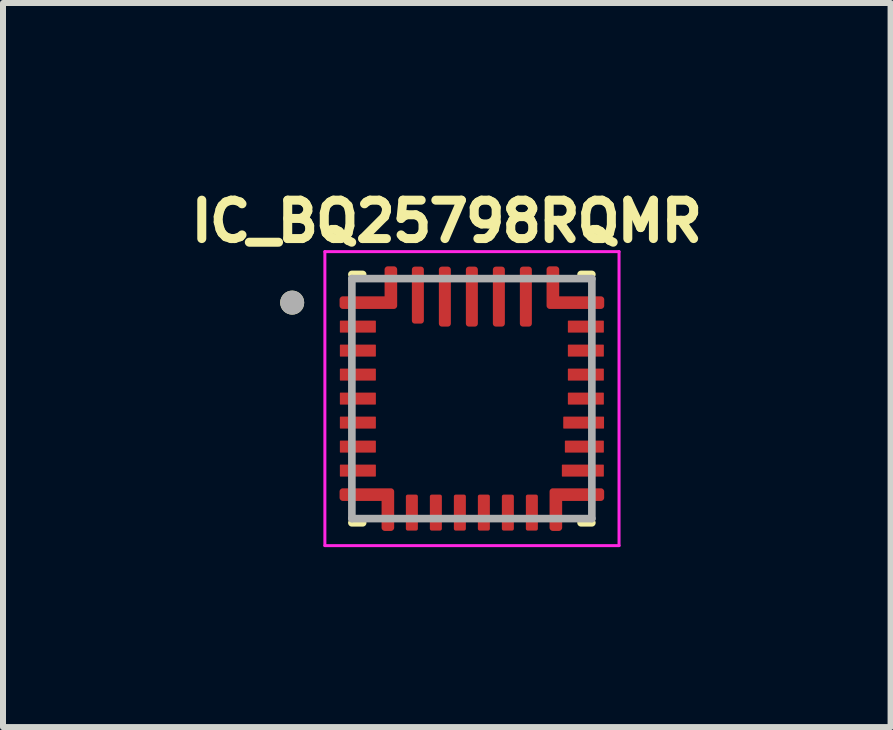
<source format=kicad_pcb>
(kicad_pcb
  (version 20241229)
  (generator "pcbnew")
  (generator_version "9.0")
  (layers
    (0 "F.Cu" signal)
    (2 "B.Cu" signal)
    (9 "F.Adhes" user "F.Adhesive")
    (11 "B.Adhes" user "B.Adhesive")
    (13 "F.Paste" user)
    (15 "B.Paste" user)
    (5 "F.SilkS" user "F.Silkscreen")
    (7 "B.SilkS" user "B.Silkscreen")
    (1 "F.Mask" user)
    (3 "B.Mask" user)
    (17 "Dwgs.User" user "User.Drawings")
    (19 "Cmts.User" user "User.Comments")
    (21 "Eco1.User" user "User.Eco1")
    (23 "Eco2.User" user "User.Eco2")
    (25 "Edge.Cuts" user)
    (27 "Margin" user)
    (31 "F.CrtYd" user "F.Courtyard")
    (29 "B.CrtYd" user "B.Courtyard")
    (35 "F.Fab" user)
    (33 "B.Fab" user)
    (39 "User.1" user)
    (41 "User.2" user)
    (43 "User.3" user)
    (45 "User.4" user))
  (footprint "IC_BQ25798RQMR"
    (layer "F.Cu")
    (at 4.815 3.594)
    (property "Reference" "IC_BQ25798RQMR" (at -0.418 -2.956 0) (layer "F.SilkS") (effects (font (size 0.64 0.64) (thickness 0.15))))
    (attr smd)
    (fp_poly (pts (xy -1.55 -1.3) (xy -1.55 -1.1) (xy -1.55 -1.097) (xy -1.55 -1.095) (xy -1.551 -1.092) (xy -1.551 -1.09) (xy -1.552 -1.087) (xy -1.552 -1.085) (xy -1.553 -1.082) (xy -1.554 -1.08) (xy -1.555 -1.077) (xy -1.557 -1.075) (xy -1.558 -1.073) (xy -1.56 -1.071) (xy -1.561 -1.069) (xy -1.563 -1.067) (xy -1.565 -1.065) (xy -1.567 -1.063) (xy -1.569 -1.061) (xy -1.571 -1.06) (xy -1.573 -1.058) (xy -1.575 -1.057) (xy -1.577 -1.055) (xy -1.58 -1.054) (xy -1.582 -1.053) (xy -1.585 -1.052) (xy -1.587 -1.052) (xy -1.59 -1.051) (xy -1.592 -1.051) (xy -1.595 -1.05) (xy -1.597 -1.05) (xy -1.6 -1.05) (xy -2.2 -1.05) (xy -2.203 -1.05) (xy -2.205 -1.05) (xy -2.208 -1.051) (xy -2.21 -1.051) (xy -2.213 -1.052) (xy -2.215 -1.052) (xy -2.218 -1.053) (xy -2.22 -1.054) (xy -2.223 -1.055) (xy -2.225 -1.057) (xy -2.227 -1.058) (xy -2.229 -1.06) (xy -2.231 -1.061) (xy -2.233 -1.063) (xy -2.235 -1.065) (xy -2.237 -1.067) (xy -2.239 -1.069) (xy -2.24 -1.071) (xy -2.242 -1.073) (xy -2.243 -1.075) (xy -2.245 -1.077) (xy -2.246 -1.08) (xy -2.247 -1.082) (xy -2.248 -1.085) (xy -2.248 -1.087) (xy -2.249 -1.09) (xy -2.249 -1.092) (xy -2.25 -1.095) (xy -2.25 -1.097) (xy -2.25 -1.1) (xy -2.25 -1.279) (xy -2.25 -1.283) (xy -2.25 -1.287) (xy -2.249 -1.29) (xy -2.248 -1.294) (xy -2.248 -1.298) (xy -2.247 -1.301) (xy -2.245 -1.305) (xy -2.244 -1.308) (xy -2.242 -1.311) (xy -2.241 -1.315) (xy -2.239 -1.318) (xy -2.236 -1.321) (xy -2.234 -1.324) (xy -2.232 -1.327) (xy -2.229 -1.329) (xy -2.227 -1.332) (xy -2.224 -1.334) (xy -2.221 -1.336) (xy -2.218 -1.339) (xy -2.215 -1.341) (xy -2.211 -1.342) (xy -2.208 -1.344) (xy -2.205 -1.345) (xy -2.201 -1.347) (xy -2.198 -1.348) (xy -2.194 -1.348) (xy -2.19 -1.349) (xy -2.187 -1.35) (xy -2.183 -1.35) (xy -2.179 -1.35) (xy -1.6 -1.35) (xy -1.597 -1.35) (xy -1.595 -1.35) (xy -1.592 -1.349) (xy -1.59 -1.349) (xy -1.587 -1.348) (xy -1.585 -1.348) (xy -1.582 -1.347) (xy -1.58 -1.346) (xy -1.577 -1.345) (xy -1.575 -1.343) (xy -1.573 -1.342) (xy -1.571 -1.34) (xy -1.569 -1.339) (xy -1.567 -1.337) (xy -1.565 -1.335) (xy -1.563 -1.333) (xy -1.561 -1.331) (xy -1.56 -1.329) (xy -1.558 -1.327) (xy -1.557 -1.325) (xy -1.555 -1.323) (xy -1.554 -1.32) (xy -1.553 -1.318) (xy -1.552 -1.315) (xy -1.552 -1.313) (xy -1.551 -1.31) (xy -1.551 -1.308) (xy -1.55 -1.305) (xy -1.55 -1.303) (xy -1.55 -1.3)) (stroke (width 0.01) (type solid)) (fill yes) (layer "F.Mask"))
    (fp_poly (pts (xy -1.55 -0.9) (xy -1.55 -0.7) (xy -1.55 -0.697) (xy -1.55 -0.695) (xy -1.551 -0.692) (xy -1.551 -0.69) (xy -1.552 -0.687) (xy -1.552 -0.685) (xy -1.553 -0.682) (xy -1.554 -0.68) (xy -1.555 -0.677) (xy -1.557 -0.675) (xy -1.558 -0.673) (xy -1.56 -0.671) (xy -1.561 -0.669) (xy -1.563 -0.667) (xy -1.565 -0.665) (xy -1.567 -0.663) (xy -1.569 -0.661) (xy -1.571 -0.66) (xy -1.573 -0.658) (xy -1.575 -0.657) (xy -1.577 -0.655) (xy -1.58 -0.654) (xy -1.582 -0.653) (xy -1.585 -0.652) (xy -1.587 -0.652) (xy -1.59 -0.651) (xy -1.592 -0.651) (xy -1.595 -0.65) (xy -1.597 -0.65) (xy -1.6 -0.65) (xy -2.2 -0.65) (xy -2.203 -0.65) (xy -2.205 -0.65) (xy -2.208 -0.651) (xy -2.21 -0.651) (xy -2.213 -0.652) (xy -2.215 -0.652) (xy -2.218 -0.653) (xy -2.22 -0.654) (xy -2.223 -0.655) (xy -2.225 -0.657) (xy -2.227 -0.658) (xy -2.229 -0.66) (xy -2.231 -0.661) (xy -2.233 -0.663) (xy -2.235 -0.665) (xy -2.237 -0.667) (xy -2.239 -0.669) (xy -2.24 -0.671) (xy -2.242 -0.673) (xy -2.243 -0.675) (xy -2.245 -0.677) (xy -2.246 -0.68) (xy -2.247 -0.682) (xy -2.248 -0.685) (xy -2.248 -0.687) (xy -2.249 -0.69) (xy -2.249 -0.692) (xy -2.25 -0.695) (xy -2.25 -0.697) (xy -2.25 -0.7) (xy -2.25 -0.879) (xy -2.25 -0.883) (xy -2.25 -0.887) (xy -2.249 -0.89) (xy -2.248 -0.894) (xy -2.248 -0.898) (xy -2.247 -0.901) (xy -2.245 -0.905) (xy -2.244 -0.908) (xy -2.242 -0.911) (xy -2.241 -0.915) (xy -2.239 -0.918) (xy -2.236 -0.921) (xy -2.234 -0.924) (xy -2.232 -0.927) (xy -2.229 -0.929) (xy -2.227 -0.932) (xy -2.224 -0.934) (xy -2.221 -0.936) (xy -2.218 -0.939) (xy -2.215 -0.941) (xy -2.211 -0.942) (xy -2.208 -0.944) (xy -2.205 -0.945) (xy -2.201 -0.947) (xy -2.198 -0.948) (xy -2.194 -0.948) (xy -2.19 -0.949) (xy -2.187 -0.95) (xy -2.183 -0.95) (xy -2.179 -0.95) (xy -1.6 -0.95) (xy -1.597 -0.95) (xy -1.595 -0.95) (xy -1.592 -0.949) (xy -1.59 -0.949) (xy -1.587 -0.948) (xy -1.585 -0.948) (xy -1.582 -0.947) (xy -1.58 -0.946) (xy -1.577 -0.945) (xy -1.575 -0.943) (xy -1.573 -0.942) (xy -1.571 -0.94) (xy -1.569 -0.939) (xy -1.567 -0.937) (xy -1.565 -0.935) (xy -1.563 -0.933) (xy -1.561 -0.931) (xy -1.56 -0.929) (xy -1.558 -0.927) (xy -1.557 -0.925) (xy -1.555 -0.923) (xy -1.554 -0.92) (xy -1.553 -0.918) (xy -1.552 -0.915) (xy -1.552 -0.913) (xy -1.551 -0.91) (xy -1.551 -0.908) (xy -1.55 -0.905) (xy -1.55 -0.903) (xy -1.55 -0.9)) (stroke (width 0.01) (type solid)) (fill yes) (layer "F.Mask"))
    (fp_poly (pts (xy -1.55 -0.5) (xy -1.55 -0.3) (xy -1.55 -0.297) (xy -1.55 -0.295) (xy -1.551 -0.292) (xy -1.551 -0.29) (xy -1.552 -0.287) (xy -1.552 -0.285) (xy -1.553 -0.282) (xy -1.554 -0.28) (xy -1.555 -0.277) (xy -1.557 -0.275) (xy -1.558 -0.273) (xy -1.56 -0.271) (xy -1.561 -0.269) (xy -1.563 -0.267) (xy -1.565 -0.265) (xy -1.567 -0.263) (xy -1.569 -0.261) (xy -1.571 -0.26) (xy -1.573 -0.258) (xy -1.575 -0.257) (xy -1.577 -0.255) (xy -1.58 -0.254) (xy -1.582 -0.253) (xy -1.585 -0.252) (xy -1.587 -0.252) (xy -1.59 -0.251) (xy -1.592 -0.251) (xy -1.595 -0.25) (xy -1.597 -0.25) (xy -1.6 -0.25) (xy -2.2 -0.25) (xy -2.203 -0.25) (xy -2.205 -0.25) (xy -2.208 -0.251) (xy -2.21 -0.251) (xy -2.213 -0.252) (xy -2.215 -0.252) (xy -2.218 -0.253) (xy -2.22 -0.254) (xy -2.223 -0.255) (xy -2.225 -0.257) (xy -2.227 -0.258) (xy -2.229 -0.26) (xy -2.231 -0.261) (xy -2.233 -0.263) (xy -2.235 -0.265) (xy -2.237 -0.267) (xy -2.239 -0.269) (xy -2.24 -0.271) (xy -2.242 -0.273) (xy -2.243 -0.275) (xy -2.245 -0.277) (xy -2.246 -0.28) (xy -2.247 -0.282) (xy -2.248 -0.285) (xy -2.248 -0.287) (xy -2.249 -0.29) (xy -2.249 -0.292) (xy -2.25 -0.295) (xy -2.25 -0.297) (xy -2.25 -0.3) (xy -2.25 -0.479) (xy -2.25 -0.483) (xy -2.25 -0.487) (xy -2.249 -0.49) (xy -2.248 -0.494) (xy -2.248 -0.498) (xy -2.247 -0.501) (xy -2.245 -0.505) (xy -2.244 -0.508) (xy -2.242 -0.511) (xy -2.241 -0.515) (xy -2.239 -0.518) (xy -2.236 -0.521) (xy -2.234 -0.524) (xy -2.232 -0.527) (xy -2.229 -0.529) (xy -2.227 -0.532) (xy -2.224 -0.534) (xy -2.221 -0.536) (xy -2.218 -0.539) (xy -2.215 -0.541) (xy -2.211 -0.542) (xy -2.208 -0.544) (xy -2.205 -0.545) (xy -2.201 -0.547) (xy -2.198 -0.548) (xy -2.194 -0.548) (xy -2.19 -0.549) (xy -2.187 -0.55) (xy -2.183 -0.55) (xy -2.179 -0.55) (xy -1.6 -0.55) (xy -1.597 -0.55) (xy -1.595 -0.55) (xy -1.592 -0.549) (xy -1.59 -0.549) (xy -1.587 -0.548) (xy -1.585 -0.548) (xy -1.582 -0.547) (xy -1.58 -0.546) (xy -1.577 -0.545) (xy -1.575 -0.543) (xy -1.573 -0.542) (xy -1.571 -0.54) (xy -1.569 -0.539) (xy -1.567 -0.537) (xy -1.565 -0.535) (xy -1.563 -0.533) (xy -1.561 -0.531) (xy -1.56 -0.529) (xy -1.558 -0.527) (xy -1.557 -0.525) (xy -1.555 -0.523) (xy -1.554 -0.52) (xy -1.553 -0.518) (xy -1.552 -0.515) (xy -1.552 -0.513) (xy -1.551 -0.51) (xy -1.551 -0.508) (xy -1.55 -0.505) (xy -1.55 -0.503) (xy -1.55 -0.5)) (stroke (width 0.01) (type solid)) (fill yes) (layer "F.Mask"))
    (fp_poly (pts (xy -1.55 -0.1) (xy -1.55 0.1) (xy -1.55 0.103) (xy -1.55 0.105) (xy -1.551 0.108) (xy -1.551 0.11) (xy -1.552 0.113) (xy -1.552 0.115) (xy -1.553 0.118) (xy -1.554 0.12) (xy -1.555 0.123) (xy -1.557 0.125) (xy -1.558 0.127) (xy -1.56 0.129) (xy -1.561 0.131) (xy -1.563 0.133) (xy -1.565 0.135) (xy -1.567 0.137) (xy -1.569 0.139) (xy -1.571 0.14) (xy -1.573 0.142) (xy -1.575 0.143) (xy -1.577 0.145) (xy -1.58 0.146) (xy -1.582 0.147) (xy -1.585 0.148) (xy -1.587 0.148) (xy -1.59 0.149) (xy -1.592 0.149) (xy -1.595 0.15) (xy -1.597 0.15) (xy -1.6 0.15) (xy -2.2 0.15) (xy -2.203 0.15) (xy -2.205 0.15) (xy -2.208 0.149) (xy -2.21 0.149) (xy -2.213 0.148) (xy -2.215 0.148) (xy -2.218 0.147) (xy -2.22 0.146) (xy -2.223 0.145) (xy -2.225 0.143) (xy -2.227 0.142) (xy -2.229 0.14) (xy -2.231 0.139) (xy -2.233 0.137) (xy -2.235 0.135) (xy -2.237 0.133) (xy -2.239 0.131) (xy -2.24 0.129) (xy -2.242 0.127) (xy -2.243 0.125) (xy -2.245 0.123) (xy -2.246 0.12) (xy -2.247 0.118) (xy -2.248 0.115) (xy -2.248 0.113) (xy -2.249 0.11) (xy -2.249 0.108) (xy -2.25 0.105) (xy -2.25 0.103) (xy -2.25 0.1) (xy -2.25 -0.079) (xy -2.25 -0.083) (xy -2.25 -0.087) (xy -2.249 -0.09) (xy -2.248 -0.094) (xy -2.248 -0.098) (xy -2.247 -0.101) (xy -2.245 -0.105) (xy -2.244 -0.108) (xy -2.242 -0.111) (xy -2.241 -0.115) (xy -2.239 -0.118) (xy -2.236 -0.121) (xy -2.234 -0.124) (xy -2.232 -0.127) (xy -2.229 -0.129) (xy -2.227 -0.132) (xy -2.224 -0.134) (xy -2.221 -0.136) (xy -2.218 -0.139) (xy -2.215 -0.141) (xy -2.211 -0.142) (xy -2.208 -0.144) (xy -2.205 -0.145) (xy -2.201 -0.147) (xy -2.198 -0.148) (xy -2.194 -0.148) (xy -2.19 -0.149) (xy -2.187 -0.15) (xy -2.183 -0.15) (xy -2.179 -0.15) (xy -1.6 -0.15) (xy -1.597 -0.15) (xy -1.595 -0.15) (xy -1.592 -0.149) (xy -1.59 -0.149) (xy -1.587 -0.148) (xy -1.585 -0.148) (xy -1.582 -0.147) (xy -1.58 -0.146) (xy -1.577 -0.145) (xy -1.575 -0.143) (xy -1.573 -0.142) (xy -1.571 -0.14) (xy -1.569 -0.139) (xy -1.567 -0.137) (xy -1.565 -0.135) (xy -1.563 -0.133) (xy -1.561 -0.131) (xy -1.56 -0.129) (xy -1.558 -0.127) (xy -1.557 -0.125) (xy -1.555 -0.123) (xy -1.554 -0.12) (xy -1.553 -0.118) (xy -1.552 -0.115) (xy -1.552 -0.113) (xy -1.551 -0.11) (xy -1.551 -0.108) (xy -1.55 -0.105) (xy -1.55 -0.103) (xy -1.55 -0.1)) (stroke (width 0.01) (type solid)) (fill yes) (layer "F.Mask"))
    (fp_poly (pts (xy -1.55 0.3) (xy -1.55 0.5) (xy -1.55 0.503) (xy -1.55 0.505) (xy -1.551 0.508) (xy -1.551 0.51) (xy -1.552 0.513) (xy -1.552 0.515) (xy -1.553 0.518) (xy -1.554 0.52) (xy -1.555 0.523) (xy -1.557 0.525) (xy -1.558 0.527) (xy -1.56 0.529) (xy -1.561 0.531) (xy -1.563 0.533) (xy -1.565 0.535) (xy -1.567 0.537) (xy -1.569 0.539) (xy -1.571 0.54) (xy -1.573 0.542) (xy -1.575 0.543) (xy -1.577 0.545) (xy -1.58 0.546) (xy -1.582 0.547) (xy -1.585 0.548) (xy -1.587 0.548) (xy -1.59 0.549) (xy -1.592 0.549) (xy -1.595 0.55) (xy -1.597 0.55) (xy -1.6 0.55) (xy -2.2 0.55) (xy -2.203 0.55) (xy -2.205 0.55) (xy -2.208 0.549) (xy -2.21 0.549) (xy -2.213 0.548) (xy -2.215 0.548) (xy -2.218 0.547) (xy -2.22 0.546) (xy -2.223 0.545) (xy -2.225 0.543) (xy -2.227 0.542) (xy -2.229 0.54) (xy -2.231 0.539) (xy -2.233 0.537) (xy -2.235 0.535) (xy -2.237 0.533) (xy -2.239 0.531) (xy -2.24 0.529) (xy -2.242 0.527) (xy -2.243 0.525) (xy -2.245 0.523) (xy -2.246 0.52) (xy -2.247 0.518) (xy -2.248 0.515) (xy -2.248 0.513) (xy -2.249 0.51) (xy -2.249 0.508) (xy -2.25 0.505) (xy -2.25 0.503) (xy -2.25 0.5) (xy -2.25 0.321) (xy -2.25 0.317) (xy -2.25 0.313) (xy -2.249 0.31) (xy -2.248 0.306) (xy -2.248 0.302) (xy -2.247 0.299) (xy -2.245 0.295) (xy -2.244 0.292) (xy -2.242 0.289) (xy -2.241 0.285) (xy -2.239 0.282) (xy -2.236 0.279) (xy -2.234 0.276) (xy -2.232 0.273) (xy -2.229 0.271) (xy -2.227 0.268) (xy -2.224 0.266) (xy -2.221 0.264) (xy -2.218 0.261) (xy -2.215 0.259) (xy -2.211 0.258) (xy -2.208 0.256) (xy -2.205 0.255) (xy -2.201 0.253) (xy -2.198 0.252) (xy -2.194 0.252) (xy -2.19 0.251) (xy -2.187 0.25) (xy -2.183 0.25) (xy -2.179 0.25) (xy -1.6 0.25) (xy -1.597 0.25) (xy -1.595 0.25) (xy -1.592 0.251) (xy -1.59 0.251) (xy -1.587 0.252) (xy -1.585 0.252) (xy -1.582 0.253) (xy -1.58 0.254) (xy -1.577 0.255) (xy -1.575 0.257) (xy -1.573 0.258) (xy -1.571 0.26) (xy -1.569 0.261) (xy -1.567 0.263) (xy -1.565 0.265) (xy -1.563 0.267) (xy -1.561 0.269) (xy -1.56 0.271) (xy -1.558 0.273) (xy -1.557 0.275) (xy -1.555 0.277) (xy -1.554 0.28) (xy -1.553 0.282) (xy -1.552 0.285) (xy -1.552 0.287) (xy -1.551 0.29) (xy -1.551 0.292) (xy -1.55 0.295) (xy -1.55 0.297) (xy -1.55 0.3)) (stroke (width 0.01) (type solid)) (fill yes) (layer "F.Mask"))
    (fp_poly (pts (xy -1.55 0.7) (xy -1.55 0.9) (xy -1.55 0.903) (xy -1.55 0.905) (xy -1.551 0.908) (xy -1.551 0.91) (xy -1.552 0.913) (xy -1.552 0.915) (xy -1.553 0.918) (xy -1.554 0.92) (xy -1.555 0.923) (xy -1.557 0.925) (xy -1.558 0.927) (xy -1.56 0.929) (xy -1.561 0.931) (xy -1.563 0.933) (xy -1.565 0.935) (xy -1.567 0.937) (xy -1.569 0.939) (xy -1.571 0.94) (xy -1.573 0.942) (xy -1.575 0.943) (xy -1.577 0.945) (xy -1.58 0.946) (xy -1.582 0.947) (xy -1.585 0.948) (xy -1.587 0.948) (xy -1.59 0.949) (xy -1.592 0.949) (xy -1.595 0.95) (xy -1.597 0.95) (xy -1.6 0.95) (xy -2.2 0.95) (xy -2.203 0.95) (xy -2.205 0.95) (xy -2.208 0.949) (xy -2.21 0.949) (xy -2.213 0.948) (xy -2.215 0.948) (xy -2.218 0.947) (xy -2.22 0.946) (xy -2.223 0.945) (xy -2.225 0.943) (xy -2.227 0.942) (xy -2.229 0.94) (xy -2.231 0.939) (xy -2.233 0.937) (xy -2.235 0.935) (xy -2.237 0.933) (xy -2.239 0.931) (xy -2.24 0.929) (xy -2.242 0.927) (xy -2.243 0.925) (xy -2.245 0.923) (xy -2.246 0.92) (xy -2.247 0.918) (xy -2.248 0.915) (xy -2.248 0.913) (xy -2.249 0.91) (xy -2.249 0.908) (xy -2.25 0.905) (xy -2.25 0.903) (xy -2.25 0.9) (xy -2.25 0.721) (xy -2.25 0.717) (xy -2.25 0.713) (xy -2.249 0.71) (xy -2.248 0.706) (xy -2.248 0.702) (xy -2.247 0.699) (xy -2.245 0.695) (xy -2.244 0.692) (xy -2.242 0.689) (xy -2.241 0.685) (xy -2.239 0.682) (xy -2.236 0.679) (xy -2.234 0.676) (xy -2.232 0.673) (xy -2.229 0.671) (xy -2.227 0.668) (xy -2.224 0.666) (xy -2.221 0.664) (xy -2.218 0.661) (xy -2.215 0.659) (xy -2.211 0.658) (xy -2.208 0.656) (xy -2.205 0.655) (xy -2.201 0.653) (xy -2.198 0.652) (xy -2.194 0.652) (xy -2.19 0.651) (xy -2.187 0.65) (xy -2.183 0.65) (xy -2.179 0.65) (xy -1.6 0.65) (xy -1.597 0.65) (xy -1.595 0.65) (xy -1.592 0.651) (xy -1.59 0.651) (xy -1.587 0.652) (xy -1.585 0.652) (xy -1.582 0.653) (xy -1.58 0.654) (xy -1.577 0.655) (xy -1.575 0.657) (xy -1.573 0.658) (xy -1.571 0.66) (xy -1.569 0.661) (xy -1.567 0.663) (xy -1.565 0.665) (xy -1.563 0.667) (xy -1.561 0.669) (xy -1.56 0.671) (xy -1.558 0.673) (xy -1.557 0.675) (xy -1.555 0.677) (xy -1.554 0.68) (xy -1.553 0.682) (xy -1.552 0.685) (xy -1.552 0.687) (xy -1.551 0.69) (xy -1.551 0.692) (xy -1.55 0.695) (xy -1.55 0.697) (xy -1.55 0.7)) (stroke (width 0.01) (type solid)) (fill yes) (layer "F.Mask"))
    (fp_poly (pts (xy -1.55 1.1) (xy -1.55 1.3) (xy -1.55 1.303) (xy -1.55 1.305) (xy -1.551 1.308) (xy -1.551 1.31) (xy -1.552 1.313) (xy -1.552 1.315) (xy -1.553 1.318) (xy -1.554 1.32) (xy -1.555 1.323) (xy -1.557 1.325) (xy -1.558 1.327) (xy -1.56 1.329) (xy -1.561 1.331) (xy -1.563 1.333) (xy -1.565 1.335) (xy -1.567 1.337) (xy -1.569 1.339) (xy -1.571 1.34) (xy -1.573 1.342) (xy -1.575 1.343) (xy -1.577 1.345) (xy -1.58 1.346) (xy -1.582 1.347) (xy -1.585 1.348) (xy -1.587 1.348) (xy -1.59 1.349) (xy -1.592 1.349) (xy -1.595 1.35) (xy -1.597 1.35) (xy -1.6 1.35) (xy -2.2 1.35) (xy -2.203 1.35) (xy -2.205 1.35) (xy -2.208 1.349) (xy -2.21 1.349) (xy -2.213 1.348) (xy -2.215 1.348) (xy -2.218 1.347) (xy -2.22 1.346) (xy -2.223 1.345) (xy -2.225 1.343) (xy -2.227 1.342) (xy -2.229 1.34) (xy -2.231 1.339) (xy -2.233 1.337) (xy -2.235 1.335) (xy -2.237 1.333) (xy -2.239 1.331) (xy -2.24 1.329) (xy -2.242 1.327) (xy -2.243 1.325) (xy -2.245 1.323) (xy -2.246 1.32) (xy -2.247 1.318) (xy -2.248 1.315) (xy -2.248 1.313) (xy -2.249 1.31) (xy -2.249 1.308) (xy -2.25 1.305) (xy -2.25 1.303) (xy -2.25 1.3) (xy -2.25 1.121) (xy -2.25 1.117) (xy -2.25 1.113) (xy -2.249 1.11) (xy -2.248 1.106) (xy -2.248 1.102) (xy -2.247 1.099) (xy -2.245 1.095) (xy -2.244 1.092) (xy -2.242 1.089) (xy -2.241 1.085) (xy -2.239 1.082) (xy -2.236 1.079) (xy -2.234 1.076) (xy -2.232 1.073) (xy -2.229 1.071) (xy -2.227 1.068) (xy -2.224 1.066) (xy -2.221 1.064) (xy -2.218 1.061) (xy -2.215 1.059) (xy -2.211 1.058) (xy -2.208 1.056) (xy -2.205 1.055) (xy -2.201 1.053) (xy -2.198 1.052) (xy -2.194 1.052) (xy -2.19 1.051) (xy -2.187 1.05) (xy -2.183 1.05) (xy -2.179 1.05) (xy -1.6 1.05) (xy -1.597 1.05) (xy -1.595 1.05) (xy -1.592 1.051) (xy -1.59 1.051) (xy -1.587 1.052) (xy -1.585 1.052) (xy -1.582 1.053) (xy -1.58 1.054) (xy -1.577 1.055) (xy -1.575 1.057) (xy -1.573 1.058) (xy -1.571 1.06) (xy -1.569 1.061) (xy -1.567 1.063) (xy -1.565 1.065) (xy -1.563 1.067) (xy -1.561 1.069) (xy -1.56 1.071) (xy -1.558 1.073) (xy -1.557 1.075) (xy -1.555 1.077) (xy -1.554 1.08) (xy -1.553 1.082) (xy -1.552 1.085) (xy -1.552 1.087) (xy -1.551 1.09) (xy -1.551 1.092) (xy -1.55 1.095) (xy -1.55 1.097) (xy -1.55 1.1)) (stroke (width 0.01) (type solid)) (fill yes) (layer "F.Mask"))
    (fp_poly (pts (xy -1.1 1.55) (xy -0.9 1.55) (xy -0.897 1.55) (xy -0.895 1.55) (xy -0.892 1.551) (xy -0.89 1.551) (xy -0.887 1.552) (xy -0.885 1.552) (xy -0.882 1.553) (xy -0.88 1.554) (xy -0.877 1.555) (xy -0.875 1.557) (xy -0.873 1.558) (xy -0.871 1.56) (xy -0.869 1.561) (xy -0.867 1.563) (xy -0.865 1.565) (xy -0.863 1.567) (xy -0.861 1.569) (xy -0.86 1.571) (xy -0.858 1.573) (xy -0.857 1.575) (xy -0.855 1.577) (xy -0.854 1.58) (xy -0.853 1.582) (xy -0.852 1.585) (xy -0.852 1.587) (xy -0.851 1.59) (xy -0.851 1.592) (xy -0.85 1.595) (xy -0.85 1.597) (xy -0.85 1.6) (xy -0.85 2.2) (xy -0.85 2.203) (xy -0.85 2.205) (xy -0.851 2.208) (xy -0.851 2.21) (xy -0.852 2.213) (xy -0.852 2.215) (xy -0.853 2.218) (xy -0.854 2.22) (xy -0.855 2.223) (xy -0.857 2.225) (xy -0.858 2.227) (xy -0.86 2.229) (xy -0.861 2.231) (xy -0.863 2.233) (xy -0.865 2.235) (xy -0.867 2.237) (xy -0.869 2.239) (xy -0.871 2.24) (xy -0.873 2.242) (xy -0.875 2.243) (xy -0.877 2.245) (xy -0.88 2.246) (xy -0.882 2.247) (xy -0.885 2.248) (xy -0.887 2.248) (xy -0.89 2.249) (xy -0.892 2.249) (xy -0.895 2.25) (xy -0.897 2.25) (xy -0.9 2.25) (xy -1.079 2.25) (xy -1.083 2.25) (xy -1.087 2.25) (xy -1.09 2.249) (xy -1.094 2.248) (xy -1.098 2.248) (xy -1.101 2.247) (xy -1.105 2.245) (xy -1.108 2.244) (xy -1.111 2.242) (xy -1.115 2.241) (xy -1.118 2.239) (xy -1.121 2.236) (xy -1.124 2.234) (xy -1.127 2.232) (xy -1.129 2.229) (xy -1.132 2.227) (xy -1.134 2.224) (xy -1.136 2.221) (xy -1.139 2.218) (xy -1.141 2.215) (xy -1.142 2.211) (xy -1.144 2.208) (xy -1.145 2.205) (xy -1.147 2.201) (xy -1.148 2.198) (xy -1.148 2.194) (xy -1.149 2.19) (xy -1.15 2.187) (xy -1.15 2.183) (xy -1.15 2.179) (xy -1.15 1.6) (xy -1.15 1.597) (xy -1.15 1.595) (xy -1.149 1.592) (xy -1.149 1.59) (xy -1.148 1.587) (xy -1.148 1.585) (xy -1.147 1.582) (xy -1.146 1.58) (xy -1.145 1.577) (xy -1.143 1.575) (xy -1.142 1.573) (xy -1.14 1.571) (xy -1.139 1.569) (xy -1.137 1.567) (xy -1.135 1.565) (xy -1.133 1.563) (xy -1.131 1.561) (xy -1.129 1.56) (xy -1.127 1.558) (xy -1.125 1.557) (xy -1.123 1.555) (xy -1.12 1.554) (xy -1.118 1.553) (xy -1.115 1.552) (xy -1.113 1.552) (xy -1.11 1.551) (xy -1.108 1.551) (xy -1.105 1.55) (xy -1.103 1.55) (xy -1.1 1.55)) (stroke (width 0.01) (type solid)) (fill yes) (layer "F.Mask"))
    (fp_poly (pts (xy -0.75 -2.2) (xy -0.75 -1.25) (xy -0.75 -1.247) (xy -0.75 -1.245) (xy -0.751 -1.242) (xy -0.751 -1.24) (xy -0.752 -1.237) (xy -0.752 -1.235) (xy -0.753 -1.232) (xy -0.754 -1.23) (xy -0.755 -1.227) (xy -0.757 -1.225) (xy -0.758 -1.223) (xy -0.76 -1.221) (xy -0.761 -1.219) (xy -0.763 -1.217) (xy -0.765 -1.215) (xy -0.767 -1.213) (xy -0.769 -1.211) (xy -0.771 -1.21) (xy -0.773 -1.208) (xy -0.775 -1.207) (xy -0.777 -1.205) (xy -0.78 -1.204) (xy -0.782 -1.203) (xy -0.785 -1.202) (xy -0.787 -1.202) (xy -0.79 -1.201) (xy -0.792 -1.201) (xy -0.795 -1.2) (xy -0.797 -1.2) (xy -0.8 -1.2) (xy -1 -1.2) (xy -1.003 -1.2) (xy -1.005 -1.2) (xy -1.008 -1.201) (xy -1.01 -1.201) (xy -1.013 -1.202) (xy -1.015 -1.202) (xy -1.018 -1.203) (xy -1.02 -1.204) (xy -1.023 -1.205) (xy -1.025 -1.207) (xy -1.027 -1.208) (xy -1.029 -1.21) (xy -1.031 -1.211) (xy -1.033 -1.213) (xy -1.035 -1.215) (xy -1.037 -1.217) (xy -1.039 -1.219) (xy -1.04 -1.221) (xy -1.042 -1.223) (xy -1.043 -1.225) (xy -1.045 -1.227) (xy -1.046 -1.23) (xy -1.047 -1.232) (xy -1.048 -1.235) (xy -1.048 -1.237) (xy -1.049 -1.24) (xy -1.049 -1.242) (xy -1.05 -1.245) (xy -1.05 -1.247) (xy -1.05 -1.25) (xy -1.05 -2.2) (xy -1.05 -2.203) (xy -1.05 -2.205) (xy -1.049 -2.208) (xy -1.049 -2.21) (xy -1.048 -2.213) (xy -1.048 -2.215) (xy -1.047 -2.218) (xy -1.046 -2.22) (xy -1.045 -2.223) (xy -1.043 -2.225) (xy -1.042 -2.227) (xy -1.04 -2.229) (xy -1.039 -2.231) (xy -1.037 -2.233) (xy -1.035 -2.235) (xy -1.033 -2.237) (xy -1.031 -2.239) (xy -1.029 -2.24) (xy -1.027 -2.242) (xy -1.025 -2.243) (xy -1.023 -2.245) (xy -1.02 -2.246) (xy -1.018 -2.247) (xy -1.015 -2.248) (xy -1.013 -2.248) (xy -1.01 -2.249) (xy -1.008 -2.249) (xy -1.005 -2.25) (xy -1.003 -2.25) (xy -1 -2.25) (xy -0.8 -2.25) (xy -0.797 -2.25) (xy -0.795 -2.25) (xy -0.792 -2.249) (xy -0.79 -2.249) (xy -0.787 -2.248) (xy -0.785 -2.248) (xy -0.782 -2.247) (xy -0.78 -2.246) (xy -0.777 -2.245) (xy -0.775 -2.243) (xy -0.773 -2.242) (xy -0.771 -2.24) (xy -0.769 -2.239) (xy -0.767 -2.237) (xy -0.765 -2.235) (xy -0.763 -2.233) (xy -0.761 -2.231) (xy -0.76 -2.229) (xy -0.758 -2.227) (xy -0.757 -2.225) (xy -0.755 -2.223) (xy -0.754 -2.22) (xy -0.753 -2.218) (xy -0.752 -2.215) (xy -0.752 -2.213) (xy -0.751 -2.21) (xy -0.751 -2.208) (xy -0.75 -2.205) (xy -0.75 -2.203) (xy -0.75 -2.2)) (stroke (width 0.01) (type solid)) (fill yes) (layer "F.Mask"))
    (fp_poly (pts (xy -0.7 1.55) (xy -0.5 1.55) (xy -0.497 1.55) (xy -0.495 1.55) (xy -0.492 1.551) (xy -0.49 1.551) (xy -0.487 1.552) (xy -0.485 1.552) (xy -0.482 1.553) (xy -0.48 1.554) (xy -0.477 1.555) (xy -0.475 1.557) (xy -0.473 1.558) (xy -0.471 1.56) (xy -0.469 1.561) (xy -0.467 1.563) (xy -0.465 1.565) (xy -0.463 1.567) (xy -0.461 1.569) (xy -0.46 1.571) (xy -0.458 1.573) (xy -0.457 1.575) (xy -0.455 1.577) (xy -0.454 1.58) (xy -0.453 1.582) (xy -0.452 1.585) (xy -0.452 1.587) (xy -0.451 1.59) (xy -0.451 1.592) (xy -0.45 1.595) (xy -0.45 1.597) (xy -0.45 1.6) (xy -0.45 2.2) (xy -0.45 2.203) (xy -0.45 2.205) (xy -0.451 2.208) (xy -0.451 2.21) (xy -0.452 2.213) (xy -0.452 2.215) (xy -0.453 2.218) (xy -0.454 2.22) (xy -0.455 2.223) (xy -0.457 2.225) (xy -0.458 2.227) (xy -0.46 2.229) (xy -0.461 2.231) (xy -0.463 2.233) (xy -0.465 2.235) (xy -0.467 2.237) (xy -0.469 2.239) (xy -0.471 2.24) (xy -0.473 2.242) (xy -0.475 2.243) (xy -0.477 2.245) (xy -0.48 2.246) (xy -0.482 2.247) (xy -0.485 2.248) (xy -0.487 2.248) (xy -0.49 2.249) (xy -0.492 2.249) (xy -0.495 2.25) (xy -0.497 2.25) (xy -0.5 2.25) (xy -0.679 2.25) (xy -0.683 2.25) (xy -0.687 2.25) (xy -0.69 2.249) (xy -0.694 2.248) (xy -0.698 2.248) (xy -0.701 2.247) (xy -0.705 2.245) (xy -0.708 2.244) (xy -0.711 2.242) (xy -0.715 2.241) (xy -0.718 2.239) (xy -0.721 2.236) (xy -0.724 2.234) (xy -0.727 2.232) (xy -0.729 2.229) (xy -0.732 2.227) (xy -0.734 2.224) (xy -0.736 2.221) (xy -0.739 2.218) (xy -0.741 2.215) (xy -0.742 2.211) (xy -0.744 2.208) (xy -0.745 2.205) (xy -0.747 2.201) (xy -0.748 2.198) (xy -0.748 2.194) (xy -0.749 2.19) (xy -0.75 2.187) (xy -0.75 2.183) (xy -0.75 2.179) (xy -0.75 1.6) (xy -0.75 1.597) (xy -0.75 1.595) (xy -0.749 1.592) (xy -0.749 1.59) (xy -0.748 1.587) (xy -0.748 1.585) (xy -0.747 1.582) (xy -0.746 1.58) (xy -0.745 1.577) (xy -0.743 1.575) (xy -0.742 1.573) (xy -0.74 1.571) (xy -0.739 1.569) (xy -0.737 1.567) (xy -0.735 1.565) (xy -0.733 1.563) (xy -0.731 1.561) (xy -0.729 1.56) (xy -0.727 1.558) (xy -0.725 1.557) (xy -0.723 1.555) (xy -0.72 1.554) (xy -0.718 1.553) (xy -0.715 1.552) (xy -0.713 1.552) (xy -0.71 1.551) (xy -0.708 1.551) (xy -0.705 1.55) (xy -0.703 1.55) (xy -0.7 1.55)) (stroke (width 0.01) (type solid)) (fill yes) (layer "F.Mask"))
    (fp_poly (pts (xy -0.3 -2.2) (xy -0.3 -1.2) (xy -0.3 -1.197) (xy -0.3 -1.195) (xy -0.301 -1.192) (xy -0.301 -1.19) (xy -0.302 -1.187) (xy -0.302 -1.185) (xy -0.303 -1.182) (xy -0.304 -1.18) (xy -0.305 -1.177) (xy -0.307 -1.175) (xy -0.308 -1.173) (xy -0.31 -1.171) (xy -0.311 -1.169) (xy -0.313 -1.167) (xy -0.315 -1.165) (xy -0.317 -1.163) (xy -0.319 -1.161) (xy -0.321 -1.16) (xy -0.323 -1.158) (xy -0.325 -1.157) (xy -0.327 -1.155) (xy -0.33 -1.154) (xy -0.332 -1.153) (xy -0.335 -1.152) (xy -0.337 -1.152) (xy -0.34 -1.151) (xy -0.342 -1.151) (xy -0.345 -1.15) (xy -0.347 -1.15) (xy -0.35 -1.15) (xy -0.55 -1.15) (xy -0.553 -1.15) (xy -0.555 -1.15) (xy -0.558 -1.151) (xy -0.56 -1.151) (xy -0.563 -1.152) (xy -0.565 -1.152) (xy -0.568 -1.153) (xy -0.57 -1.154) (xy -0.573 -1.155) (xy -0.575 -1.157) (xy -0.577 -1.158) (xy -0.579 -1.16) (xy -0.581 -1.161) (xy -0.583 -1.163) (xy -0.585 -1.165) (xy -0.587 -1.167) (xy -0.589 -1.169) (xy -0.59 -1.171) (xy -0.592 -1.173) (xy -0.593 -1.175) (xy -0.595 -1.177) (xy -0.596 -1.18) (xy -0.597 -1.182) (xy -0.598 -1.185) (xy -0.598 -1.187) (xy -0.599 -1.19) (xy -0.599 -1.192) (xy -0.6 -1.195) (xy -0.6 -1.197) (xy -0.6 -1.2) (xy -0.6 -2.2) (xy -0.6 -2.203) (xy -0.6 -2.205) (xy -0.599 -2.208) (xy -0.599 -2.21) (xy -0.598 -2.213) (xy -0.598 -2.215) (xy -0.597 -2.218) (xy -0.596 -2.22) (xy -0.595 -2.223) (xy -0.593 -2.225) (xy -0.592 -2.227) (xy -0.59 -2.229) (xy -0.589 -2.231) (xy -0.587 -2.233) (xy -0.585 -2.235) (xy -0.583 -2.237) (xy -0.581 -2.239) (xy -0.579 -2.24) (xy -0.577 -2.242) (xy -0.575 -2.243) (xy -0.573 -2.245) (xy -0.57 -2.246) (xy -0.568 -2.247) (xy -0.565 -2.248) (xy -0.563 -2.248) (xy -0.56 -2.249) (xy -0.558 -2.249) (xy -0.555 -2.25) (xy -0.553 -2.25) (xy -0.55 -2.25) (xy -0.35 -2.25) (xy -0.347 -2.25) (xy -0.345 -2.25) (xy -0.342 -2.249) (xy -0.34 -2.249) (xy -0.337 -2.248) (xy -0.335 -2.248) (xy -0.332 -2.247) (xy -0.33 -2.246) (xy -0.327 -2.245) (xy -0.325 -2.243) (xy -0.323 -2.242) (xy -0.321 -2.24) (xy -0.319 -2.239) (xy -0.317 -2.237) (xy -0.315 -2.235) (xy -0.313 -2.233) (xy -0.311 -2.231) (xy -0.31 -2.229) (xy -0.308 -2.227) (xy -0.307 -2.225) (xy -0.305 -2.223) (xy -0.304 -2.22) (xy -0.303 -2.218) (xy -0.302 -2.215) (xy -0.302 -2.213) (xy -0.301 -2.21) (xy -0.301 -2.208) (xy -0.3 -2.205) (xy -0.3 -2.203) (xy -0.3 -2.2)) (stroke (width 0.01) (type solid)) (fill yes) (layer "F.Mask"))
    (fp_poly (pts (xy -0.3 1.55) (xy -0.1 1.55) (xy -0.097 1.55) (xy -0.095 1.55) (xy -0.092 1.551) (xy -0.09 1.551) (xy -0.087 1.552) (xy -0.085 1.552) (xy -0.082 1.553) (xy -0.08 1.554) (xy -0.077 1.555) (xy -0.075 1.557) (xy -0.073 1.558) (xy -0.071 1.56) (xy -0.069 1.561) (xy -0.067 1.563) (xy -0.065 1.565) (xy -0.063 1.567) (xy -0.061 1.569) (xy -0.06 1.571) (xy -0.058 1.573) (xy -0.057 1.575) (xy -0.055 1.577) (xy -0.054 1.58) (xy -0.053 1.582) (xy -0.052 1.585) (xy -0.052 1.587) (xy -0.051 1.59) (xy -0.051 1.592) (xy -0.05 1.595) (xy -0.05 1.597) (xy -0.05 1.6) (xy -0.05 2.2) (xy -0.05 2.203) (xy -0.05 2.205) (xy -0.051 2.208) (xy -0.051 2.21) (xy -0.052 2.213) (xy -0.052 2.215) (xy -0.053 2.218) (xy -0.054 2.22) (xy -0.055 2.223) (xy -0.057 2.225) (xy -0.058 2.227) (xy -0.06 2.229) (xy -0.061 2.231) (xy -0.063 2.233) (xy -0.065 2.235) (xy -0.067 2.237) (xy -0.069 2.239) (xy -0.071 2.24) (xy -0.073 2.242) (xy -0.075 2.243) (xy -0.077 2.245) (xy -0.08 2.246) (xy -0.082 2.247) (xy -0.085 2.248) (xy -0.087 2.248) (xy -0.09 2.249) (xy -0.092 2.249) (xy -0.095 2.25) (xy -0.097 2.25) (xy -0.1 2.25) (xy -0.279 2.25) (xy -0.283 2.25) (xy -0.287 2.25) (xy -0.29 2.249) (xy -0.294 2.248) (xy -0.298 2.248) (xy -0.301 2.247) (xy -0.305 2.245) (xy -0.308 2.244) (xy -0.311 2.242) (xy -0.315 2.241) (xy -0.318 2.239) (xy -0.321 2.236) (xy -0.324 2.234) (xy -0.327 2.232) (xy -0.329 2.229) (xy -0.332 2.227) (xy -0.334 2.224) (xy -0.336 2.221) (xy -0.339 2.218) (xy -0.341 2.215) (xy -0.342 2.211) (xy -0.344 2.208) (xy -0.345 2.205) (xy -0.347 2.201) (xy -0.348 2.198) (xy -0.348 2.194) (xy -0.349 2.19) (xy -0.35 2.187) (xy -0.35 2.183) (xy -0.35 2.179) (xy -0.35 1.6) (xy -0.35 1.597) (xy -0.35 1.595) (xy -0.349 1.592) (xy -0.349 1.59) (xy -0.348 1.587) (xy -0.348 1.585) (xy -0.347 1.582) (xy -0.346 1.58) (xy -0.345 1.577) (xy -0.343 1.575) (xy -0.342 1.573) (xy -0.34 1.571) (xy -0.339 1.569) (xy -0.337 1.567) (xy -0.335 1.565) (xy -0.333 1.563) (xy -0.331 1.561) (xy -0.329 1.56) (xy -0.327 1.558) (xy -0.325 1.557) (xy -0.323 1.555) (xy -0.32 1.554) (xy -0.318 1.553) (xy -0.315 1.552) (xy -0.313 1.552) (xy -0.31 1.551) (xy -0.308 1.551) (xy -0.305 1.55) (xy -0.303 1.55) (xy -0.3 1.55)) (stroke (width 0.01) (type solid)) (fill yes) (layer "F.Mask"))
    (fp_poly (pts (xy 0.1 1.55) (xy 0.3 1.55) (xy 0.303 1.55) (xy 0.305 1.55) (xy 0.308 1.551) (xy 0.31 1.551) (xy 0.313 1.552) (xy 0.315 1.552) (xy 0.318 1.553) (xy 0.32 1.554) (xy 0.323 1.555) (xy 0.325 1.557) (xy 0.327 1.558) (xy 0.329 1.56) (xy 0.331 1.561) (xy 0.333 1.563) (xy 0.335 1.565) (xy 0.337 1.567) (xy 0.339 1.569) (xy 0.34 1.571) (xy 0.342 1.573) (xy 0.343 1.575) (xy 0.345 1.577) (xy 0.346 1.58) (xy 0.347 1.582) (xy 0.348 1.585) (xy 0.348 1.587) (xy 0.349 1.59) (xy 0.349 1.592) (xy 0.35 1.595) (xy 0.35 1.597) (xy 0.35 1.6) (xy 0.35 2.2) (xy 0.35 2.203) (xy 0.35 2.205) (xy 0.349 2.208) (xy 0.349 2.21) (xy 0.348 2.213) (xy 0.348 2.215) (xy 0.347 2.218) (xy 0.346 2.22) (xy 0.345 2.223) (xy 0.343 2.225) (xy 0.342 2.227) (xy 0.34 2.229) (xy 0.339 2.231) (xy 0.337 2.233) (xy 0.335 2.235) (xy 0.333 2.237) (xy 0.331 2.239) (xy 0.329 2.24) (xy 0.327 2.242) (xy 0.325 2.243) (xy 0.323 2.245) (xy 0.32 2.246) (xy 0.318 2.247) (xy 0.315 2.248) (xy 0.313 2.248) (xy 0.31 2.249) (xy 0.308 2.249) (xy 0.305 2.25) (xy 0.303 2.25) (xy 0.3 2.25) (xy 0.121 2.25) (xy 0.117 2.25) (xy 0.113 2.25) (xy 0.11 2.249) (xy 0.106 2.248) (xy 0.102 2.248) (xy 0.099 2.247) (xy 0.095 2.245) (xy 0.092 2.244) (xy 0.089 2.242) (xy 0.085 2.241) (xy 0.082 2.239) (xy 0.079 2.236) (xy 0.076 2.234) (xy 0.073 2.232) (xy 0.071 2.229) (xy 0.068 2.227) (xy 0.066 2.224) (xy 0.064 2.221) (xy 0.061 2.218) (xy 0.059 2.215) (xy 0.058 2.211) (xy 0.056 2.208) (xy 0.055 2.205) (xy 0.053 2.201) (xy 0.052 2.198) (xy 0.052 2.194) (xy 0.051 2.19) (xy 0.05 2.187) (xy 0.05 2.183) (xy 0.05 2.179) (xy 0.05 1.6) (xy 0.05 1.597) (xy 0.05 1.595) (xy 0.051 1.592) (xy 0.051 1.59) (xy 0.052 1.587) (xy 0.052 1.585) (xy 0.053 1.582) (xy 0.054 1.58) (xy 0.055 1.577) (xy 0.057 1.575) (xy 0.058 1.573) (xy 0.06 1.571) (xy 0.061 1.569) (xy 0.063 1.567) (xy 0.065 1.565) (xy 0.067 1.563) (xy 0.069 1.561) (xy 0.071 1.56) (xy 0.073 1.558) (xy 0.075 1.557) (xy 0.077 1.555) (xy 0.08 1.554) (xy 0.082 1.553) (xy 0.085 1.552) (xy 0.087 1.552) (xy 0.09 1.551) (xy 0.092 1.551) (xy 0.095 1.55) (xy 0.097 1.55) (xy 0.1 1.55)) (stroke (width 0.01) (type solid)) (fill yes) (layer "F.Mask"))
    (fp_poly (pts (xy 0.15 -2.2) (xy 0.15 -1.2) (xy 0.15 -1.197) (xy 0.15 -1.195) (xy 0.149 -1.192) (xy 0.149 -1.19) (xy 0.148 -1.187) (xy 0.148 -1.185) (xy 0.147 -1.182) (xy 0.146 -1.18) (xy 0.145 -1.177) (xy 0.143 -1.175) (xy 0.142 -1.173) (xy 0.14 -1.171) (xy 0.139 -1.169) (xy 0.137 -1.167) (xy 0.135 -1.165) (xy 0.133 -1.163) (xy 0.131 -1.161) (xy 0.129 -1.16) (xy 0.127 -1.158) (xy 0.125 -1.157) (xy 0.123 -1.155) (xy 0.12 -1.154) (xy 0.118 -1.153) (xy 0.115 -1.152) (xy 0.113 -1.152) (xy 0.11 -1.151) (xy 0.108 -1.151) (xy 0.105 -1.15) (xy 0.103 -1.15) (xy 0.1 -1.15) (xy -0.1 -1.15) (xy -0.103 -1.15) (xy -0.105 -1.15) (xy -0.108 -1.151) (xy -0.11 -1.151) (xy -0.113 -1.152) (xy -0.115 -1.152) (xy -0.118 -1.153) (xy -0.12 -1.154) (xy -0.123 -1.155) (xy -0.125 -1.157) (xy -0.127 -1.158) (xy -0.129 -1.16) (xy -0.131 -1.161) (xy -0.133 -1.163) (xy -0.135 -1.165) (xy -0.137 -1.167) (xy -0.139 -1.169) (xy -0.14 -1.171) (xy -0.142 -1.173) (xy -0.143 -1.175) (xy -0.145 -1.177) (xy -0.146 -1.18) (xy -0.147 -1.182) (xy -0.148 -1.185) (xy -0.148 -1.187) (xy -0.149 -1.19) (xy -0.149 -1.192) (xy -0.15 -1.195) (xy -0.15 -1.197) (xy -0.15 -1.2) (xy -0.15 -2.2) (xy -0.15 -2.203) (xy -0.15 -2.205) (xy -0.149 -2.208) (xy -0.149 -2.21) (xy -0.148 -2.213) (xy -0.148 -2.215) (xy -0.147 -2.218) (xy -0.146 -2.22) (xy -0.145 -2.223) (xy -0.143 -2.225) (xy -0.142 -2.227) (xy -0.14 -2.229) (xy -0.139 -2.231) (xy -0.137 -2.233) (xy -0.135 -2.235) (xy -0.133 -2.237) (xy -0.131 -2.239) (xy -0.129 -2.24) (xy -0.127 -2.242) (xy -0.125 -2.243) (xy -0.123 -2.245) (xy -0.12 -2.246) (xy -0.118 -2.247) (xy -0.115 -2.248) (xy -0.113 -2.248) (xy -0.11 -2.249) (xy -0.108 -2.249) (xy -0.105 -2.25) (xy -0.103 -2.25) (xy -0.1 -2.25) (xy 0.1 -2.25) (xy 0.103 -2.25) (xy 0.105 -2.25) (xy 0.108 -2.249) (xy 0.11 -2.249) (xy 0.113 -2.248) (xy 0.115 -2.248) (xy 0.118 -2.247) (xy 0.12 -2.246) (xy 0.123 -2.245) (xy 0.125 -2.243) (xy 0.127 -2.242) (xy 0.129 -2.24) (xy 0.131 -2.239) (xy 0.133 -2.237) (xy 0.135 -2.235) (xy 0.137 -2.233) (xy 0.139 -2.231) (xy 0.14 -2.229) (xy 0.142 -2.227) (xy 0.143 -2.225) (xy 0.145 -2.223) (xy 0.146 -2.22) (xy 0.147 -2.218) (xy 0.148 -2.215) (xy 0.148 -2.213) (xy 0.149 -2.21) (xy 0.149 -2.208) (xy 0.15 -2.205) (xy 0.15 -2.203) (xy 0.15 -2.2)) (stroke (width 0.01) (type solid)) (fill yes) (layer "F.Mask"))
    (fp_poly (pts (xy 0.5 1.55) (xy 0.7 1.55) (xy 0.703 1.55) (xy 0.705 1.55) (xy 0.708 1.551) (xy 0.71 1.551) (xy 0.713 1.552) (xy 0.715 1.552) (xy 0.718 1.553) (xy 0.72 1.554) (xy 0.723 1.555) (xy 0.725 1.557) (xy 0.727 1.558) (xy 0.729 1.56) (xy 0.731 1.561) (xy 0.733 1.563) (xy 0.735 1.565) (xy 0.737 1.567) (xy 0.739 1.569) (xy 0.74 1.571) (xy 0.742 1.573) (xy 0.743 1.575) (xy 0.745 1.577) (xy 0.746 1.58) (xy 0.747 1.582) (xy 0.748 1.585) (xy 0.748 1.587) (xy 0.749 1.59) (xy 0.749 1.592) (xy 0.75 1.595) (xy 0.75 1.597) (xy 0.75 1.6) (xy 0.75 2.2) (xy 0.75 2.203) (xy 0.75 2.205) (xy 0.749 2.208) (xy 0.749 2.21) (xy 0.748 2.213) (xy 0.748 2.215) (xy 0.747 2.218) (xy 0.746 2.22) (xy 0.745 2.223) (xy 0.743 2.225) (xy 0.742 2.227) (xy 0.74 2.229) (xy 0.739 2.231) (xy 0.737 2.233) (xy 0.735 2.235) (xy 0.733 2.237) (xy 0.731 2.239) (xy 0.729 2.24) (xy 0.727 2.242) (xy 0.725 2.243) (xy 0.723 2.245) (xy 0.72 2.246) (xy 0.718 2.247) (xy 0.715 2.248) (xy 0.713 2.248) (xy 0.71 2.249) (xy 0.708 2.249) (xy 0.705 2.25) (xy 0.703 2.25) (xy 0.7 2.25) (xy 0.521 2.25) (xy 0.517 2.25) (xy 0.513 2.25) (xy 0.51 2.249) (xy 0.506 2.248) (xy 0.502 2.248) (xy 0.499 2.247) (xy 0.495 2.245) (xy 0.492 2.244) (xy 0.489 2.242) (xy 0.485 2.241) (xy 0.482 2.239) (xy 0.479 2.236) (xy 0.476 2.234) (xy 0.473 2.232) (xy 0.471 2.229) (xy 0.468 2.227) (xy 0.466 2.224) (xy 0.464 2.221) (xy 0.461 2.218) (xy 0.459 2.215) (xy 0.458 2.211) (xy 0.456 2.208) (xy 0.455 2.205) (xy 0.453 2.201) (xy 0.452 2.198) (xy 0.452 2.194) (xy 0.451 2.19) (xy 0.45 2.187) (xy 0.45 2.183) (xy 0.45 2.179) (xy 0.45 1.6) (xy 0.45 1.597) (xy 0.45 1.595) (xy 0.451 1.592) (xy 0.451 1.59) (xy 0.452 1.587) (xy 0.452 1.585) (xy 0.453 1.582) (xy 0.454 1.58) (xy 0.455 1.577) (xy 0.457 1.575) (xy 0.458 1.573) (xy 0.46 1.571) (xy 0.461 1.569) (xy 0.463 1.567) (xy 0.465 1.565) (xy 0.467 1.563) (xy 0.469 1.561) (xy 0.471 1.56) (xy 0.473 1.558) (xy 0.475 1.557) (xy 0.477 1.555) (xy 0.48 1.554) (xy 0.482 1.553) (xy 0.485 1.552) (xy 0.487 1.552) (xy 0.49 1.551) (xy 0.492 1.551) (xy 0.495 1.55) (xy 0.497 1.55) (xy 0.5 1.55)) (stroke (width 0.01) (type solid)) (fill yes) (layer "F.Mask"))
    (fp_poly (pts (xy 0.6 -2.2) (xy 0.6 -1.2) (xy 0.6 -1.197) (xy 0.6 -1.195) (xy 0.599 -1.192) (xy 0.599 -1.19) (xy 0.598 -1.187) (xy 0.598 -1.185) (xy 0.597 -1.182) (xy 0.596 -1.18) (xy 0.595 -1.177) (xy 0.593 -1.175) (xy 0.592 -1.173) (xy 0.59 -1.171) (xy 0.589 -1.169) (xy 0.587 -1.167) (xy 0.585 -1.165) (xy 0.583 -1.163) (xy 0.581 -1.161) (xy 0.579 -1.16) (xy 0.577 -1.158) (xy 0.575 -1.157) (xy 0.573 -1.155) (xy 0.57 -1.154) (xy 0.568 -1.153) (xy 0.565 -1.152) (xy 0.563 -1.152) (xy 0.56 -1.151) (xy 0.558 -1.151) (xy 0.555 -1.15) (xy 0.553 -1.15) (xy 0.55 -1.15) (xy 0.35 -1.15) (xy 0.347 -1.15) (xy 0.345 -1.15) (xy 0.342 -1.151) (xy 0.34 -1.151) (xy 0.337 -1.152) (xy 0.335 -1.152) (xy 0.332 -1.153) (xy 0.33 -1.154) (xy 0.327 -1.155) (xy 0.325 -1.157) (xy 0.323 -1.158) (xy 0.321 -1.16) (xy 0.319 -1.161) (xy 0.317 -1.163) (xy 0.315 -1.165) (xy 0.313 -1.167) (xy 0.311 -1.169) (xy 0.31 -1.171) (xy 0.308 -1.173) (xy 0.307 -1.175) (xy 0.305 -1.177) (xy 0.304 -1.18) (xy 0.303 -1.182) (xy 0.302 -1.185) (xy 0.302 -1.187) (xy 0.301 -1.19) (xy 0.301 -1.192) (xy 0.3 -1.195) (xy 0.3 -1.197) (xy 0.3 -1.2) (xy 0.3 -2.2) (xy 0.3 -2.203) (xy 0.3 -2.205) (xy 0.301 -2.208) (xy 0.301 -2.21) (xy 0.302 -2.213) (xy 0.302 -2.215) (xy 0.303 -2.218) (xy 0.304 -2.22) (xy 0.305 -2.223) (xy 0.307 -2.225) (xy 0.308 -2.227) (xy 0.31 -2.229) (xy 0.311 -2.231) (xy 0.313 -2.233) (xy 0.315 -2.235) (xy 0.317 -2.237) (xy 0.319 -2.239) (xy 0.321 -2.24) (xy 0.323 -2.242) (xy 0.325 -2.243) (xy 0.327 -2.245) (xy 0.33 -2.246) (xy 0.332 -2.247) (xy 0.335 -2.248) (xy 0.337 -2.248) (xy 0.34 -2.249) (xy 0.342 -2.249) (xy 0.345 -2.25) (xy 0.347 -2.25) (xy 0.35 -2.25) (xy 0.55 -2.25) (xy 0.553 -2.25) (xy 0.555 -2.25) (xy 0.558 -2.249) (xy 0.56 -2.249) (xy 0.563 -2.248) (xy 0.565 -2.248) (xy 0.568 -2.247) (xy 0.57 -2.246) (xy 0.573 -2.245) (xy 0.575 -2.243) (xy 0.577 -2.242) (xy 0.579 -2.24) (xy 0.581 -2.239) (xy 0.583 -2.237) (xy 0.585 -2.235) (xy 0.587 -2.233) (xy 0.589 -2.231) (xy 0.59 -2.229) (xy 0.592 -2.227) (xy 0.593 -2.225) (xy 0.595 -2.223) (xy 0.596 -2.22) (xy 0.597 -2.218) (xy 0.598 -2.215) (xy 0.598 -2.213) (xy 0.599 -2.21) (xy 0.599 -2.208) (xy 0.6 -2.205) (xy 0.6 -2.203) (xy 0.6 -2.2)) (stroke (width 0.01) (type solid)) (fill yes) (layer "F.Mask"))
    (fp_poly (pts (xy 0.9 1.55) (xy 1.1 1.55) (xy 1.103 1.55) (xy 1.105 1.55) (xy 1.108 1.551) (xy 1.11 1.551) (xy 1.113 1.552) (xy 1.115 1.552) (xy 1.118 1.553) (xy 1.12 1.554) (xy 1.123 1.555) (xy 1.125 1.557) (xy 1.127 1.558) (xy 1.129 1.56) (xy 1.131 1.561) (xy 1.133 1.563) (xy 1.135 1.565) (xy 1.137 1.567) (xy 1.139 1.569) (xy 1.14 1.571) (xy 1.142 1.573) (xy 1.143 1.575) (xy 1.145 1.577) (xy 1.146 1.58) (xy 1.147 1.582) (xy 1.148 1.585) (xy 1.148 1.587) (xy 1.149 1.59) (xy 1.149 1.592) (xy 1.15 1.595) (xy 1.15 1.597) (xy 1.15 1.6) (xy 1.15 2.2) (xy 1.15 2.203) (xy 1.15 2.205) (xy 1.149 2.208) (xy 1.149 2.21) (xy 1.148 2.213) (xy 1.148 2.215) (xy 1.147 2.218) (xy 1.146 2.22) (xy 1.145 2.223) (xy 1.143 2.225) (xy 1.142 2.227) (xy 1.14 2.229) (xy 1.139 2.231) (xy 1.137 2.233) (xy 1.135 2.235) (xy 1.133 2.237) (xy 1.131 2.239) (xy 1.129 2.24) (xy 1.127 2.242) (xy 1.125 2.243) (xy 1.123 2.245) (xy 1.12 2.246) (xy 1.118 2.247) (xy 1.115 2.248) (xy 1.113 2.248) (xy 1.11 2.249) (xy 1.108 2.249) (xy 1.105 2.25) (xy 1.103 2.25) (xy 1.1 2.25) (xy 0.921 2.25) (xy 0.917 2.25) (xy 0.913 2.25) (xy 0.91 2.249) (xy 0.906 2.248) (xy 0.902 2.248) (xy 0.899 2.247) (xy 0.895 2.245) (xy 0.892 2.244) (xy 0.889 2.242) (xy 0.885 2.241) (xy 0.882 2.239) (xy 0.879 2.236) (xy 0.876 2.234) (xy 0.873 2.232) (xy 0.871 2.229) (xy 0.868 2.227) (xy 0.866 2.224) (xy 0.864 2.221) (xy 0.861 2.218) (xy 0.859 2.215) (xy 0.858 2.211) (xy 0.856 2.208) (xy 0.855 2.205) (xy 0.853 2.201) (xy 0.852 2.198) (xy 0.852 2.194) (xy 0.851 2.19) (xy 0.85 2.187) (xy 0.85 2.183) (xy 0.85 2.179) (xy 0.85 1.6) (xy 0.85 1.597) (xy 0.85 1.595) (xy 0.851 1.592) (xy 0.851 1.59) (xy 0.852 1.587) (xy 0.852 1.585) (xy 0.853 1.582) (xy 0.854 1.58) (xy 0.855 1.577) (xy 0.857 1.575) (xy 0.858 1.573) (xy 0.86 1.571) (xy 0.861 1.569) (xy 0.863 1.567) (xy 0.865 1.565) (xy 0.867 1.563) (xy 0.869 1.561) (xy 0.871 1.56) (xy 0.873 1.558) (xy 0.875 1.557) (xy 0.877 1.555) (xy 0.88 1.554) (xy 0.882 1.553) (xy 0.885 1.552) (xy 0.887 1.552) (xy 0.89 1.551) (xy 0.892 1.551) (xy 0.895 1.55) (xy 0.897 1.55) (xy 0.9 1.55)) (stroke (width 0.01) (type solid)) (fill yes) (layer "F.Mask"))
    (fp_poly (pts (xy 1.05 -2.2) (xy 1.05 -1.2) (xy 1.05 -1.197) (xy 1.05 -1.195) (xy 1.049 -1.192) (xy 1.049 -1.19) (xy 1.048 -1.187) (xy 1.048 -1.185) (xy 1.047 -1.182) (xy 1.046 -1.18) (xy 1.045 -1.177) (xy 1.043 -1.175) (xy 1.042 -1.173) (xy 1.04 -1.171) (xy 1.039 -1.169) (xy 1.037 -1.167) (xy 1.035 -1.165) (xy 1.033 -1.163) (xy 1.031 -1.161) (xy 1.029 -1.16) (xy 1.027 -1.158) (xy 1.025 -1.157) (xy 1.023 -1.155) (xy 1.02 -1.154) (xy 1.018 -1.153) (xy 1.015 -1.152) (xy 1.013 -1.152) (xy 1.01 -1.151) (xy 1.008 -1.151) (xy 1.005 -1.15) (xy 1.003 -1.15) (xy 1 -1.15) (xy 0.8 -1.15) (xy 0.797 -1.15) (xy 0.795 -1.15) (xy 0.792 -1.151) (xy 0.79 -1.151) (xy 0.787 -1.152) (xy 0.785 -1.152) (xy 0.782 -1.153) (xy 0.78 -1.154) (xy 0.777 -1.155) (xy 0.775 -1.157) (xy 0.773 -1.158) (xy 0.771 -1.16) (xy 0.769 -1.161) (xy 0.767 -1.163) (xy 0.765 -1.165) (xy 0.763 -1.167) (xy 0.761 -1.169) (xy 0.76 -1.171) (xy 0.758 -1.173) (xy 0.757 -1.175) (xy 0.755 -1.177) (xy 0.754 -1.18) (xy 0.753 -1.182) (xy 0.752 -1.185) (xy 0.752 -1.187) (xy 0.751 -1.19) (xy 0.751 -1.192) (xy 0.75 -1.195) (xy 0.75 -1.197) (xy 0.75 -1.2) (xy 0.75 -2.2) (xy 0.75 -2.203) (xy 0.75 -2.205) (xy 0.751 -2.208) (xy 0.751 -2.21) (xy 0.752 -2.213) (xy 0.752 -2.215) (xy 0.753 -2.218) (xy 0.754 -2.22) (xy 0.755 -2.223) (xy 0.757 -2.225) (xy 0.758 -2.227) (xy 0.76 -2.229) (xy 0.761 -2.231) (xy 0.763 -2.233) (xy 0.765 -2.235) (xy 0.767 -2.237) (xy 0.769 -2.239) (xy 0.771 -2.24) (xy 0.773 -2.242) (xy 0.775 -2.243) (xy 0.777 -2.245) (xy 0.78 -2.246) (xy 0.782 -2.247) (xy 0.785 -2.248) (xy 0.787 -2.248) (xy 0.79 -2.249) (xy 0.792 -2.249) (xy 0.795 -2.25) (xy 0.797 -2.25) (xy 0.8 -2.25) (xy 1 -2.25) (xy 1.003 -2.25) (xy 1.005 -2.25) (xy 1.008 -2.249) (xy 1.01 -2.249) (xy 1.013 -2.248) (xy 1.015 -2.248) (xy 1.018 -2.247) (xy 1.02 -2.246) (xy 1.023 -2.245) (xy 1.025 -2.243) (xy 1.027 -2.242) (xy 1.029 -2.24) (xy 1.031 -2.239) (xy 1.033 -2.237) (xy 1.035 -2.235) (xy 1.037 -2.233) (xy 1.039 -2.231) (xy 1.04 -2.229) (xy 1.042 -2.227) (xy 1.043 -2.225) (xy 1.045 -2.223) (xy 1.046 -2.22) (xy 1.047 -2.218) (xy 1.048 -2.215) (xy 1.048 -2.213) (xy 1.049 -2.21) (xy 1.049 -2.208) (xy 1.05 -2.205) (xy 1.05 -2.203) (xy 1.05 -2.2)) (stroke (width 0.01) (type solid)) (fill yes) (layer "F.Mask"))
    (fp_poly (pts (xy 1.55 0.95) (xy 2.2 0.95) (xy 2.203 0.95) (xy 2.205 0.95) (xy 2.208 0.949) (xy 2.21 0.949) (xy 2.213 0.948) (xy 2.215 0.948) (xy 2.218 0.947) (xy 2.22 0.946) (xy 2.223 0.945) (xy 2.225 0.943) (xy 2.227 0.942) (xy 2.229 0.94) (xy 2.231 0.939) (xy 2.233 0.937) (xy 2.235 0.935) (xy 2.237 0.933) (xy 2.239 0.931) (xy 2.24 0.929) (xy 2.242 0.927) (xy 2.243 0.925) (xy 2.245 0.923) (xy 2.246 0.92) (xy 2.247 0.918) (xy 2.248 0.915) (xy 2.248 0.913) (xy 2.249 0.91) (xy 2.249 0.908) (xy 2.25 0.905) (xy 2.25 0.903) (xy 2.25 0.9) (xy 2.25 0.7) (xy 2.25 0.697) (xy 2.25 0.695) (xy 2.249 0.692) (xy 2.249 0.69) (xy 2.248 0.687) (xy 2.248 0.685) (xy 2.247 0.682) (xy 2.246 0.68) (xy 2.245 0.677) (xy 2.243 0.675) (xy 2.242 0.673) (xy 2.24 0.671) (xy 2.239 0.669) (xy 2.237 0.667) (xy 2.235 0.665) (xy 2.233 0.663) (xy 2.231 0.661) (xy 2.229 0.66) (xy 2.227 0.658) (xy 2.225 0.657) (xy 2.223 0.655) (xy 2.22 0.654) (xy 2.218 0.653) (xy 2.215 0.652) (xy 2.213 0.652) (xy 2.21 0.651) (xy 2.208 0.651) (xy 2.205 0.65) (xy 2.203 0.65) (xy 2.2 0.65) (xy 1.55 0.65) (xy 1.547 0.65) (xy 1.545 0.65) (xy 1.542 0.651) (xy 1.54 0.651) (xy 1.537 0.652) (xy 1.535 0.652) (xy 1.532 0.653) (xy 1.53 0.654) (xy 1.527 0.655) (xy 1.525 0.657) (xy 1.523 0.658) (xy 1.521 0.66) (xy 1.519 0.661) (xy 1.517 0.663) (xy 1.515 0.665) (xy 1.513 0.667) (xy 1.511 0.669) (xy 1.51 0.671) (xy 1.508 0.673) (xy 1.507 0.675) (xy 1.505 0.677) (xy 1.504 0.68) (xy 1.503 0.682) (xy 1.502 0.685) (xy 1.502 0.687) (xy 1.501 0.69) (xy 1.501 0.692) (xy 1.5 0.695) (xy 1.5 0.697) (xy 1.5 0.7) (xy 1.5 0.9) (xy 1.5 0.903) (xy 1.5 0.905) (xy 1.501 0.908) (xy 1.501 0.91) (xy 1.502 0.913) (xy 1.502 0.915) (xy 1.503 0.918) (xy 1.504 0.92) (xy 1.505 0.923) (xy 1.507 0.925) (xy 1.508 0.927) (xy 1.51 0.929) (xy 1.511 0.931) (xy 1.513 0.933) (xy 1.515 0.935) (xy 1.517 0.937) (xy 1.519 0.939) (xy 1.521 0.94) (xy 1.523 0.942) (xy 1.525 0.943) (xy 1.527 0.945) (xy 1.53 0.946) (xy 1.532 0.947) (xy 1.535 0.948) (xy 1.537 0.948) (xy 1.54 0.949) (xy 1.542 0.949) (xy 1.545 0.95) (xy 1.547 0.95) (xy 1.55 0.95)) (stroke (width 0.01) (type solid)) (fill yes) (layer "F.Mask"))
    (fp_poly (pts (xy 2.25 -1.3) (xy 2.25 -1.1) (xy 2.25 -1.097) (xy 2.25 -1.095) (xy 2.249 -1.092) (xy 2.249 -1.09) (xy 2.248 -1.087) (xy 2.248 -1.085) (xy 2.247 -1.082) (xy 2.246 -1.08) (xy 2.245 -1.077) (xy 2.243 -1.075) (xy 2.242 -1.073) (xy 2.24 -1.071) (xy 2.239 -1.069) (xy 2.237 -1.067) (xy 2.235 -1.065) (xy 2.233 -1.063) (xy 2.231 -1.061) (xy 2.229 -1.06) (xy 2.227 -1.058) (xy 2.225 -1.057) (xy 2.223 -1.055) (xy 2.22 -1.054) (xy 2.218 -1.053) (xy 2.215 -1.052) (xy 2.213 -1.052) (xy 2.21 -1.051) (xy 2.208 -1.051) (xy 2.205 -1.05) (xy 2.203 -1.05) (xy 2.2 -1.05) (xy 1.6 -1.05) (xy 1.597 -1.05) (xy 1.595 -1.05) (xy 1.592 -1.051) (xy 1.59 -1.051) (xy 1.587 -1.052) (xy 1.585 -1.052) (xy 1.582 -1.053) (xy 1.58 -1.054) (xy 1.577 -1.055) (xy 1.575 -1.057) (xy 1.573 -1.058) (xy 1.571 -1.06) (xy 1.569 -1.061) (xy 1.567 -1.063) (xy 1.565 -1.065) (xy 1.563 -1.067) (xy 1.561 -1.069) (xy 1.56 -1.071) (xy 1.558 -1.073) (xy 1.557 -1.075) (xy 1.555 -1.077) (xy 1.554 -1.08) (xy 1.553 -1.082) (xy 1.552 -1.085) (xy 1.552 -1.087) (xy 1.551 -1.09) (xy 1.551 -1.092) (xy 1.55 -1.095) (xy 1.55 -1.097) (xy 1.55 -1.1) (xy 1.55 -1.279) (xy 1.55 -1.283) (xy 1.55 -1.287) (xy 1.551 -1.29) (xy 1.552 -1.294) (xy 1.552 -1.298) (xy 1.553 -1.301) (xy 1.555 -1.305) (xy 1.556 -1.308) (xy 1.558 -1.311) (xy 1.559 -1.315) (xy 1.561 -1.318) (xy 1.564 -1.321) (xy 1.566 -1.324) (xy 1.568 -1.327) (xy 1.571 -1.329) (xy 1.573 -1.332) (xy 1.576 -1.334) (xy 1.579 -1.336) (xy 1.582 -1.339) (xy 1.585 -1.341) (xy 1.589 -1.342) (xy 1.592 -1.344) (xy 1.595 -1.345) (xy 1.599 -1.347) (xy 1.602 -1.348) (xy 1.606 -1.348) (xy 1.61 -1.349) (xy 1.613 -1.35) (xy 1.617 -1.35) (xy 1.621 -1.35) (xy 2.2 -1.35) (xy 2.203 -1.35) (xy 2.205 -1.35) (xy 2.208 -1.349) (xy 2.21 -1.349) (xy 2.213 -1.348) (xy 2.215 -1.348) (xy 2.218 -1.347) (xy 2.22 -1.346) (xy 2.223 -1.345) (xy 2.225 -1.343) (xy 2.227 -1.342) (xy 2.229 -1.34) (xy 2.231 -1.339) (xy 2.233 -1.337) (xy 2.235 -1.335) (xy 2.237 -1.333) (xy 2.239 -1.331) (xy 2.24 -1.329) (xy 2.242 -1.327) (xy 2.243 -1.325) (xy 2.245 -1.323) (xy 2.246 -1.32) (xy 2.247 -1.318) (xy 2.248 -1.315) (xy 2.248 -1.313) (xy 2.249 -1.31) (xy 2.249 -1.308) (xy 2.25 -1.305) (xy 2.25 -1.303) (xy 2.25 -1.3)) (stroke (width 0.01) (type solid)) (fill yes) (layer "F.Mask"))
    (fp_poly (pts (xy 2.25 -0.9) (xy 2.25 -0.7) (xy 2.25 -0.697) (xy 2.25 -0.695) (xy 2.249 -0.692) (xy 2.249 -0.69) (xy 2.248 -0.687) (xy 2.248 -0.685) (xy 2.247 -0.682) (xy 2.246 -0.68) (xy 2.245 -0.677) (xy 2.243 -0.675) (xy 2.242 -0.673) (xy 2.24 -0.671) (xy 2.239 -0.669) (xy 2.237 -0.667) (xy 2.235 -0.665) (xy 2.233 -0.663) (xy 2.231 -0.661) (xy 2.229 -0.66) (xy 2.227 -0.658) (xy 2.225 -0.657) (xy 2.223 -0.655) (xy 2.22 -0.654) (xy 2.218 -0.653) (xy 2.215 -0.652) (xy 2.213 -0.652) (xy 2.21 -0.651) (xy 2.208 -0.651) (xy 2.205 -0.65) (xy 2.203 -0.65) (xy 2.2 -0.65) (xy 1.6 -0.65) (xy 1.597 -0.65) (xy 1.595 -0.65) (xy 1.592 -0.651) (xy 1.59 -0.651) (xy 1.587 -0.652) (xy 1.585 -0.652) (xy 1.582 -0.653) (xy 1.58 -0.654) (xy 1.577 -0.655) (xy 1.575 -0.657) (xy 1.573 -0.658) (xy 1.571 -0.66) (xy 1.569 -0.661) (xy 1.567 -0.663) (xy 1.565 -0.665) (xy 1.563 -0.667) (xy 1.561 -0.669) (xy 1.56 -0.671) (xy 1.558 -0.673) (xy 1.557 -0.675) (xy 1.555 -0.677) (xy 1.554 -0.68) (xy 1.553 -0.682) (xy 1.552 -0.685) (xy 1.552 -0.687) (xy 1.551 -0.69) (xy 1.551 -0.692) (xy 1.55 -0.695) (xy 1.55 -0.697) (xy 1.55 -0.7) (xy 1.55 -0.879) (xy 1.55 -0.883) (xy 1.55 -0.887) (xy 1.551 -0.89) (xy 1.552 -0.894) (xy 1.552 -0.898) (xy 1.553 -0.901) (xy 1.555 -0.905) (xy 1.556 -0.908) (xy 1.558 -0.911) (xy 1.559 -0.915) (xy 1.561 -0.918) (xy 1.564 -0.921) (xy 1.566 -0.924) (xy 1.568 -0.927) (xy 1.571 -0.929) (xy 1.573 -0.932) (xy 1.576 -0.934) (xy 1.579 -0.936) (xy 1.582 -0.939) (xy 1.585 -0.941) (xy 1.589 -0.942) (xy 1.592 -0.944) (xy 1.595 -0.945) (xy 1.599 -0.947) (xy 1.602 -0.948) (xy 1.606 -0.948) (xy 1.61 -0.949) (xy 1.613 -0.95) (xy 1.617 -0.95) (xy 1.621 -0.95) (xy 2.2 -0.95) (xy 2.203 -0.95) (xy 2.205 -0.95) (xy 2.208 -0.949) (xy 2.21 -0.949) (xy 2.213 -0.948) (xy 2.215 -0.948) (xy 2.218 -0.947) (xy 2.22 -0.946) (xy 2.223 -0.945) (xy 2.225 -0.943) (xy 2.227 -0.942) (xy 2.229 -0.94) (xy 2.231 -0.939) (xy 2.233 -0.937) (xy 2.235 -0.935) (xy 2.237 -0.933) (xy 2.239 -0.931) (xy 2.24 -0.929) (xy 2.242 -0.927) (xy 2.243 -0.925) (xy 2.245 -0.923) (xy 2.246 -0.92) (xy 2.247 -0.918) (xy 2.248 -0.915) (xy 2.248 -0.913) (xy 2.249 -0.91) (xy 2.249 -0.908) (xy 2.25 -0.905) (xy 2.25 -0.903) (xy 2.25 -0.9)) (stroke (width 0.01) (type solid)) (fill yes) (layer "F.Mask"))
    (fp_poly (pts (xy 2.25 -0.5) (xy 2.25 -0.3) (xy 2.25 -0.297) (xy 2.25 -0.295) (xy 2.249 -0.292) (xy 2.249 -0.29) (xy 2.248 -0.287) (xy 2.248 -0.285) (xy 2.247 -0.282) (xy 2.246 -0.28) (xy 2.245 -0.277) (xy 2.243 -0.275) (xy 2.242 -0.273) (xy 2.24 -0.271) (xy 2.239 -0.269) (xy 2.237 -0.267) (xy 2.235 -0.265) (xy 2.233 -0.263) (xy 2.231 -0.261) (xy 2.229 -0.26) (xy 2.227 -0.258) (xy 2.225 -0.257) (xy 2.223 -0.255) (xy 2.22 -0.254) (xy 2.218 -0.253) (xy 2.215 -0.252) (xy 2.213 -0.252) (xy 2.21 -0.251) (xy 2.208 -0.251) (xy 2.205 -0.25) (xy 2.203 -0.25) (xy 2.2 -0.25) (xy 1.6 -0.25) (xy 1.597 -0.25) (xy 1.595 -0.25) (xy 1.592 -0.251) (xy 1.59 -0.251) (xy 1.587 -0.252) (xy 1.585 -0.252) (xy 1.582 -0.253) (xy 1.58 -0.254) (xy 1.577 -0.255) (xy 1.575 -0.257) (xy 1.573 -0.258) (xy 1.571 -0.26) (xy 1.569 -0.261) (xy 1.567 -0.263) (xy 1.565 -0.265) (xy 1.563 -0.267) (xy 1.561 -0.269) (xy 1.56 -0.271) (xy 1.558 -0.273) (xy 1.557 -0.275) (xy 1.555 -0.277) (xy 1.554 -0.28) (xy 1.553 -0.282) (xy 1.552 -0.285) (xy 1.552 -0.287) (xy 1.551 -0.29) (xy 1.551 -0.292) (xy 1.55 -0.295) (xy 1.55 -0.297) (xy 1.55 -0.3) (xy 1.55 -0.479) (xy 1.55 -0.483) (xy 1.55 -0.487) (xy 1.551 -0.49) (xy 1.552 -0.494) (xy 1.552 -0.498) (xy 1.553 -0.501) (xy 1.555 -0.505) (xy 1.556 -0.508) (xy 1.558 -0.511) (xy 1.559 -0.515) (xy 1.561 -0.518) (xy 1.564 -0.521) (xy 1.566 -0.524) (xy 1.568 -0.527) (xy 1.571 -0.529) (xy 1.573 -0.532) (xy 1.576 -0.534) (xy 1.579 -0.536) (xy 1.582 -0.539) (xy 1.585 -0.541) (xy 1.589 -0.542) (xy 1.592 -0.544) (xy 1.595 -0.545) (xy 1.599 -0.547) (xy 1.602 -0.548) (xy 1.606 -0.548) (xy 1.61 -0.549) (xy 1.613 -0.55) (xy 1.617 -0.55) (xy 1.621 -0.55) (xy 2.2 -0.55) (xy 2.203 -0.55) (xy 2.205 -0.55) (xy 2.208 -0.549) (xy 2.21 -0.549) (xy 2.213 -0.548) (xy 2.215 -0.548) (xy 2.218 -0.547) (xy 2.22 -0.546) (xy 2.223 -0.545) (xy 2.225 -0.543) (xy 2.227 -0.542) (xy 2.229 -0.54) (xy 2.231 -0.539) (xy 2.233 -0.537) (xy 2.235 -0.535) (xy 2.237 -0.533) (xy 2.239 -0.531) (xy 2.24 -0.529) (xy 2.242 -0.527) (xy 2.243 -0.525) (xy 2.245 -0.523) (xy 2.246 -0.52) (xy 2.247 -0.518) (xy 2.248 -0.515) (xy 2.248 -0.513) (xy 2.249 -0.51) (xy 2.249 -0.508) (xy 2.25 -0.505) (xy 2.25 -0.503) (xy 2.25 -0.5)) (stroke (width 0.01) (type solid)) (fill yes) (layer "F.Mask"))
    (fp_poly (pts (xy 2.25 -0.1) (xy 2.25 0.1) (xy 2.25 0.103) (xy 2.25 0.105) (xy 2.249 0.108) (xy 2.249 0.11) (xy 2.248 0.113) (xy 2.248 0.115) (xy 2.247 0.118) (xy 2.246 0.12) (xy 2.245 0.123) (xy 2.243 0.125) (xy 2.242 0.127) (xy 2.24 0.129) (xy 2.239 0.131) (xy 2.237 0.133) (xy 2.235 0.135) (xy 2.233 0.137) (xy 2.231 0.139) (xy 2.229 0.14) (xy 2.227 0.142) (xy 2.225 0.143) (xy 2.223 0.145) (xy 2.22 0.146) (xy 2.218 0.147) (xy 2.215 0.148) (xy 2.213 0.148) (xy 2.21 0.149) (xy 2.208 0.149) (xy 2.205 0.15) (xy 2.203 0.15) (xy 2.2 0.15) (xy 1.6 0.15) (xy 1.597 0.15) (xy 1.595 0.15) (xy 1.592 0.149) (xy 1.59 0.149) (xy 1.587 0.148) (xy 1.585 0.148) (xy 1.582 0.147) (xy 1.58 0.146) (xy 1.577 0.145) (xy 1.575 0.143) (xy 1.573 0.142) (xy 1.571 0.14) (xy 1.569 0.139) (xy 1.567 0.137) (xy 1.565 0.135) (xy 1.563 0.133) (xy 1.561 0.131) (xy 1.56 0.129) (xy 1.558 0.127) (xy 1.557 0.125) (xy 1.555 0.123) (xy 1.554 0.12) (xy 1.553 0.118) (xy 1.552 0.115) (xy 1.552 0.113) (xy 1.551 0.11) (xy 1.551 0.108) (xy 1.55 0.105) (xy 1.55 0.103) (xy 1.55 0.1) (xy 1.55 -0.079) (xy 1.55 -0.083) (xy 1.55 -0.087) (xy 1.551 -0.09) (xy 1.552 -0.094) (xy 1.552 -0.098) (xy 1.553 -0.101) (xy 1.555 -0.105) (xy 1.556 -0.108) (xy 1.558 -0.111) (xy 1.559 -0.115) (xy 1.561 -0.118) (xy 1.564 -0.121) (xy 1.566 -0.124) (xy 1.568 -0.127) (xy 1.571 -0.129) (xy 1.573 -0.132) (xy 1.576 -0.134) (xy 1.579 -0.136) (xy 1.582 -0.139) (xy 1.585 -0.141) (xy 1.589 -0.142) (xy 1.592 -0.144) (xy 1.595 -0.145) (xy 1.599 -0.147) (xy 1.602 -0.148) (xy 1.606 -0.148) (xy 1.61 -0.149) (xy 1.613 -0.15) (xy 1.617 -0.15) (xy 1.621 -0.15) (xy 2.2 -0.15) (xy 2.203 -0.15) (xy 2.205 -0.15) (xy 2.208 -0.149) (xy 2.21 -0.149) (xy 2.213 -0.148) (xy 2.215 -0.148) (xy 2.218 -0.147) (xy 2.22 -0.146) (xy 2.223 -0.145) (xy 2.225 -0.143) (xy 2.227 -0.142) (xy 2.229 -0.14) (xy 2.231 -0.139) (xy 2.233 -0.137) (xy 2.235 -0.135) (xy 2.237 -0.133) (xy 2.239 -0.131) (xy 2.24 -0.129) (xy 2.242 -0.127) (xy 2.243 -0.125) (xy 2.245 -0.123) (xy 2.246 -0.12) (xy 2.247 -0.118) (xy 2.248 -0.115) (xy 2.248 -0.113) (xy 2.249 -0.11) (xy 2.249 -0.108) (xy 2.25 -0.105) (xy 2.25 -0.103) (xy 2.25 -0.1)) (stroke (width 0.01) (type solid)) (fill yes) (layer "F.Mask"))
    (fp_poly (pts (xy 2.25 1.1) (xy 2.25 1.3) (xy 2.25 1.303) (xy 2.25 1.305) (xy 2.249 1.308) (xy 2.249 1.31) (xy 2.248 1.313) (xy 2.248 1.315) (xy 2.247 1.318) (xy 2.246 1.32) (xy 2.245 1.323) (xy 2.243 1.325) (xy 2.242 1.327) (xy 2.24 1.329) (xy 2.239 1.331) (xy 2.237 1.333) (xy 2.235 1.335) (xy 2.233 1.337) (xy 2.231 1.339) (xy 2.229 1.34) (xy 2.227 1.342) (xy 2.225 1.343) (xy 2.223 1.345) (xy 2.22 1.346) (xy 2.218 1.347) (xy 2.215 1.348) (xy 2.213 1.348) (xy 2.21 1.349) (xy 2.208 1.349) (xy 2.205 1.35) (xy 2.203 1.35) (xy 2.2 1.35) (xy 1.5 1.35) (xy 1.497 1.35) (xy 1.495 1.35) (xy 1.492 1.349) (xy 1.49 1.349) (xy 1.487 1.348) (xy 1.485 1.348) (xy 1.482 1.347) (xy 1.48 1.346) (xy 1.477 1.345) (xy 1.475 1.343) (xy 1.473 1.342) (xy 1.471 1.34) (xy 1.469 1.339) (xy 1.467 1.337) (xy 1.465 1.335) (xy 1.463 1.333) (xy 1.461 1.331) (xy 1.46 1.329) (xy 1.458 1.327) (xy 1.457 1.325) (xy 1.455 1.323) (xy 1.454 1.32) (xy 1.453 1.318) (xy 1.452 1.315) (xy 1.452 1.313) (xy 1.451 1.31) (xy 1.451 1.308) (xy 1.45 1.305) (xy 1.45 1.303) (xy 1.45 1.3) (xy 1.45 1.1) (xy 1.45 1.097) (xy 1.45 1.095) (xy 1.451 1.092) (xy 1.451 1.09) (xy 1.452 1.087) (xy 1.452 1.085) (xy 1.453 1.082) (xy 1.454 1.08) (xy 1.455 1.077) (xy 1.457 1.075) (xy 1.458 1.073) (xy 1.46 1.071) (xy 1.461 1.069) (xy 1.463 1.067) (xy 1.465 1.065) (xy 1.467 1.063) (xy 1.469 1.061) (xy 1.471 1.06) (xy 1.473 1.058) (xy 1.475 1.057) (xy 1.477 1.055) (xy 1.48 1.054) (xy 1.482 1.053) (xy 1.485 1.052) (xy 1.487 1.052) (xy 1.49 1.051) (xy 1.492 1.051) (xy 1.495 1.05) (xy 1.497 1.05) (xy 1.5 1.05) (xy 2.2 1.05) (xy 2.203 1.05) (xy 2.205 1.05) (xy 2.208 1.051) (xy 2.21 1.051) (xy 2.213 1.052) (xy 2.215 1.052) (xy 2.218 1.053) (xy 2.22 1.054) (xy 2.223 1.055) (xy 2.225 1.057) (xy 2.227 1.058) (xy 2.229 1.06) (xy 2.231 1.061) (xy 2.233 1.063) (xy 2.235 1.065) (xy 2.237 1.067) (xy 2.239 1.069) (xy 2.24 1.071) (xy 2.242 1.073) (xy 2.243 1.075) (xy 2.245 1.077) (xy 2.246 1.08) (xy 2.247 1.082) (xy 2.248 1.085) (xy 2.248 1.087) (xy 2.249 1.09) (xy 2.249 1.092) (xy 2.25 1.095) (xy 2.25 1.097) (xy 2.25 1.1)) (stroke (width 0.01) (type solid)) (fill yes) (layer "F.Mask"))
    (fp_poly (pts (xy 2.252 0.3) (xy 2.252 0.5) (xy 2.252 0.503) (xy 2.252 0.505) (xy 2.252 0.508) (xy 2.251 0.51) (xy 2.251 0.513) (xy 2.25 0.515) (xy 2.249 0.518) (xy 2.248 0.52) (xy 2.247 0.523) (xy 2.246 0.525) (xy 2.244 0.527) (xy 2.243 0.529) (xy 2.241 0.531) (xy 2.24 0.533) (xy 2.238 0.535) (xy 2.236 0.537) (xy 2.234 0.539) (xy 2.232 0.54) (xy 2.23 0.542) (xy 2.228 0.543) (xy 2.225 0.545) (xy 2.223 0.546) (xy 2.22 0.547) (xy 2.218 0.548) (xy 2.215 0.548) (xy 2.213 0.549) (xy 2.21 0.549) (xy 2.208 0.55) (xy 2.205 0.55) (xy 2.203 0.55) (xy 1.522 0.55) (xy 1.52 0.55) (xy 1.517 0.55) (xy 1.515 0.549) (xy 1.512 0.549) (xy 1.51 0.548) (xy 1.507 0.548) (xy 1.505 0.547) (xy 1.502 0.546) (xy 1.5 0.545) (xy 1.498 0.543) (xy 1.495 0.542) (xy 1.493 0.54) (xy 1.491 0.539) (xy 1.489 0.537) (xy 1.487 0.535) (xy 1.485 0.533) (xy 1.484 0.531) (xy 1.482 0.529) (xy 1.481 0.527) (xy 1.479 0.525) (xy 1.478 0.523) (xy 1.477 0.52) (xy 1.476 0.518) (xy 1.475 0.515) (xy 1.474 0.513) (xy 1.474 0.51) (xy 1.473 0.508) (xy 1.473 0.505) (xy 1.473 0.503) (xy 1.472 0.5) (xy 1.472 0.3) (xy 1.473 0.297) (xy 1.473 0.295) (xy 1.473 0.292) (xy 1.474 0.29) (xy 1.474 0.287) (xy 1.475 0.285) (xy 1.476 0.282) (xy 1.477 0.28) (xy 1.478 0.277) (xy 1.479 0.275) (xy 1.481 0.273) (xy 1.482 0.271) (xy 1.484 0.269) (xy 1.485 0.267) (xy 1.487 0.265) (xy 1.489 0.263) (xy 1.491 0.261) (xy 1.493 0.26) (xy 1.495 0.258) (xy 1.498 0.257) (xy 1.5 0.255) (xy 1.502 0.254) (xy 1.505 0.253) (xy 1.507 0.252) (xy 1.51 0.252) (xy 1.512 0.251) (xy 1.515 0.251) (xy 1.517 0.25) (xy 1.52 0.25) (xy 1.522 0.25) (xy 2.203 0.25) (xy 2.205 0.25) (xy 2.208 0.25) (xy 2.21 0.251) (xy 2.213 0.251) (xy 2.215 0.252) (xy 2.218 0.252) (xy 2.22 0.253) (xy 2.223 0.254) (xy 2.225 0.255) (xy 2.228 0.257) (xy 2.23 0.258) (xy 2.232 0.26) (xy 2.234 0.261) (xy 2.236 0.263) (xy 2.238 0.265) (xy 2.24 0.267) (xy 2.241 0.269) (xy 2.243 0.271) (xy 2.244 0.273) (xy 2.246 0.275) (xy 2.247 0.277) (xy 2.248 0.28) (xy 2.249 0.282) (xy 2.25 0.285) (xy 2.251 0.287) (xy 2.251 0.29) (xy 2.252 0.292) (xy 2.252 0.295) (xy 2.252 0.297) (xy 2.252 0.3) (xy 2.252 0.3)) (stroke (width 0.01) (type solid)) (fill yes) (layer "F.Mask"))
    (fp_poly (pts (xy -1.55 1.75) (xy -2.2 1.75) (xy -2.203 1.75) (xy -2.205 1.75) (xy -2.208 1.749) (xy -2.21 1.749) (xy -2.213 1.748) (xy -2.215 1.748) (xy -2.218 1.747) (xy -2.22 1.746) (xy -2.223 1.745) (xy -2.225 1.743) (xy -2.227 1.742) (xy -2.229 1.74) (xy -2.231 1.739) (xy -2.233 1.737) (xy -2.235 1.735) (xy -2.237 1.733) (xy -2.239 1.731) (xy -2.24 1.729) (xy -2.242 1.727) (xy -2.243 1.725) (xy -2.245 1.723) (xy -2.246 1.72) (xy -2.247 1.718) (xy -2.248 1.715) (xy -2.248 1.713) (xy -2.249 1.71) (xy -2.249 1.708) (xy -2.25 1.705) (xy -2.25 1.703) (xy -2.25 1.7) (xy -2.25 1.5) (xy -2.25 1.497) (xy -2.25 1.495) (xy -2.249 1.492) (xy -2.249 1.49) (xy -2.248 1.487) (xy -2.248 1.485) (xy -2.247 1.482) (xy -2.246 1.48) (xy -2.245 1.477) (xy -2.243 1.475) (xy -2.242 1.473) (xy -2.24 1.471) (xy -2.239 1.469) (xy -2.237 1.467) (xy -2.235 1.465) (xy -2.233 1.463) (xy -2.231 1.461) (xy -2.229 1.46) (xy -2.227 1.458) (xy -2.225 1.457) (xy -2.223 1.455) (xy -2.22 1.454) (xy -2.218 1.453) (xy -2.215 1.452) (xy -2.213 1.452) (xy -2.21 1.451) (xy -2.208 1.451) (xy -2.205 1.45) (xy -2.203 1.45) (xy -2.2 1.45) (xy -1.3 1.45) (xy -1.297 1.45) (xy -1.295 1.45) (xy -1.292 1.451) (xy -1.29 1.451) (xy -1.287 1.452) (xy -1.285 1.452) (xy -1.282 1.453) (xy -1.28 1.454) (xy -1.277 1.455) (xy -1.275 1.457) (xy -1.273 1.458) (xy -1.271 1.46) (xy -1.269 1.461) (xy -1.267 1.463) (xy -1.265 1.465) (xy -1.263 1.467) (xy -1.261 1.469) (xy -1.26 1.471) (xy -1.258 1.473) (xy -1.257 1.475) (xy -1.255 1.477) (xy -1.254 1.48) (xy -1.253 1.482) (xy -1.252 1.485) (xy -1.252 1.487) (xy -1.251 1.49) (xy -1.251 1.492) (xy -1.25 1.495) (xy -1.25 1.497) (xy -1.25 1.5) (xy -1.25 2.2) (xy -1.25 2.203) (xy -1.25 2.205) (xy -1.251 2.208) (xy -1.251 2.21) (xy -1.252 2.213) (xy -1.252 2.215) (xy -1.253 2.218) (xy -1.254 2.22) (xy -1.255 2.223) (xy -1.257 2.225) (xy -1.258 2.227) (xy -1.26 2.229) (xy -1.261 2.231) (xy -1.263 2.233) (xy -1.265 2.235) (xy -1.267 2.237) (xy -1.269 2.239) (xy -1.271 2.24) (xy -1.273 2.242) (xy -1.275 2.243) (xy -1.277 2.245) (xy -1.28 2.246) (xy -1.282 2.247) (xy -1.285 2.248) (xy -1.287 2.248) (xy -1.29 2.249) (xy -1.292 2.249) (xy -1.295 2.25) (xy -1.297 2.25) (xy -1.3 2.25) (xy -1.5 2.25) (xy -1.503 2.25) (xy -1.505 2.25) (xy -1.508 2.249) (xy -1.51 2.249) (xy -1.513 2.248) (xy -1.515 2.248) (xy -1.518 2.247) (xy -1.52 2.246) (xy -1.523 2.245) (xy -1.525 2.243) (xy -1.527 2.242) (xy -1.529 2.24) (xy -1.531 2.239) (xy -1.533 2.237) (xy -1.535 2.235) (xy -1.537 2.233) (xy -1.539 2.231) (xy -1.54 2.229) (xy -1.542 2.227) (xy -1.543 2.225) (xy -1.545 2.223) (xy -1.546 2.22) (xy -1.547 2.218) (xy -1.548 2.215) (xy -1.548 2.213) (xy -1.549 2.21) (xy -1.549 2.208) (xy -1.55 2.205) (xy -1.55 2.203) (xy -1.55 2.2) (xy -1.55 1.75)) (stroke (width 0.01) (type solid)) (fill yes) (layer "F.Mask"))
    (fp_poly (pts (xy -1.5 -1.75) (xy -2.2 -1.75) (xy -2.203 -1.75) (xy -2.205 -1.75) (xy -2.208 -1.749) (xy -2.21 -1.749) (xy -2.213 -1.748) (xy -2.215 -1.748) (xy -2.218 -1.747) (xy -2.22 -1.746) (xy -2.223 -1.745) (xy -2.225 -1.743) (xy -2.227 -1.742) (xy -2.229 -1.74) (xy -2.231 -1.739) (xy -2.233 -1.737) (xy -2.235 -1.735) (xy -2.237 -1.733) (xy -2.239 -1.731) (xy -2.24 -1.729) (xy -2.242 -1.727) (xy -2.243 -1.725) (xy -2.245 -1.723) (xy -2.246 -1.72) (xy -2.247 -1.718) (xy -2.248 -1.715) (xy -2.248 -1.713) (xy -2.249 -1.71) (xy -2.249 -1.708) (xy -2.25 -1.705) (xy -2.25 -1.703) (xy -2.25 -1.7) (xy -2.25 -1.5) (xy -2.25 -1.497) (xy -2.25 -1.495) (xy -2.249 -1.492) (xy -2.249 -1.49) (xy -2.248 -1.487) (xy -2.248 -1.485) (xy -2.247 -1.482) (xy -2.246 -1.48) (xy -2.245 -1.477) (xy -2.243 -1.475) (xy -2.242 -1.473) (xy -2.24 -1.471) (xy -2.239 -1.469) (xy -2.237 -1.467) (xy -2.235 -1.465) (xy -2.233 -1.463) (xy -2.231 -1.461) (xy -2.229 -1.46) (xy -2.227 -1.458) (xy -2.225 -1.457) (xy -2.223 -1.455) (xy -2.22 -1.454) (xy -2.218 -1.453) (xy -2.215 -1.452) (xy -2.213 -1.452) (xy -2.21 -1.451) (xy -2.208 -1.451) (xy -2.205 -1.45) (xy -2.203 -1.45) (xy -2.2 -1.45) (xy -1.25 -1.45) (xy -1.247 -1.45) (xy -1.245 -1.45) (xy -1.242 -1.451) (xy -1.24 -1.451) (xy -1.237 -1.452) (xy -1.235 -1.452) (xy -1.232 -1.453) (xy -1.23 -1.454) (xy -1.227 -1.455) (xy -1.225 -1.457) (xy -1.223 -1.458) (xy -1.221 -1.46) (xy -1.219 -1.461) (xy -1.217 -1.463) (xy -1.215 -1.465) (xy -1.213 -1.467) (xy -1.211 -1.469) (xy -1.21 -1.471) (xy -1.208 -1.473) (xy -1.207 -1.475) (xy -1.205 -1.477) (xy -1.204 -1.48) (xy -1.203 -1.482) (xy -1.202 -1.485) (xy -1.202 -1.487) (xy -1.201 -1.49) (xy -1.201 -1.492) (xy -1.2 -1.495) (xy -1.2 -1.497) (xy -1.2 -1.5) (xy -1.2 -2.2) (xy -1.2 -2.203) (xy -1.2 -2.205) (xy -1.201 -2.208) (xy -1.201 -2.21) (xy -1.202 -2.213) (xy -1.202 -2.215) (xy -1.203 -2.218) (xy -1.204 -2.22) (xy -1.205 -2.223) (xy -1.207 -2.225) (xy -1.208 -2.227) (xy -1.21 -2.229) (xy -1.211 -2.231) (xy -1.213 -2.233) (xy -1.215 -2.235) (xy -1.217 -2.237) (xy -1.219 -2.239) (xy -1.221 -2.24) (xy -1.223 -2.242) (xy -1.225 -2.243) (xy -1.227 -2.245) (xy -1.23 -2.246) (xy -1.232 -2.247) (xy -1.235 -2.248) (xy -1.237 -2.248) (xy -1.24 -2.249) (xy -1.242 -2.249) (xy -1.245 -2.25) (xy -1.247 -2.25) (xy -1.25 -2.25) (xy -1.45 -2.25) (xy -1.453 -2.25) (xy -1.455 -2.25) (xy -1.458 -2.249) (xy -1.46 -2.249) (xy -1.463 -2.248) (xy -1.465 -2.248) (xy -1.468 -2.247) (xy -1.47 -2.246) (xy -1.473 -2.245) (xy -1.475 -2.243) (xy -1.477 -2.242) (xy -1.479 -2.24) (xy -1.481 -2.239) (xy -1.483 -2.237) (xy -1.485 -2.235) (xy -1.487 -2.233) (xy -1.489 -2.231) (xy -1.49 -2.229) (xy -1.492 -2.227) (xy -1.493 -2.225) (xy -1.495 -2.223) (xy -1.496 -2.22) (xy -1.497 -2.218) (xy -1.498 -2.215) (xy -1.498 -2.213) (xy -1.499 -2.21) (xy -1.499 -2.208) (xy -1.5 -2.205) (xy -1.5 -2.203) (xy -1.5 -2.2) (xy -1.5 -1.75)) (stroke (width 0.01) (type solid)) (fill yes) (layer "F.Mask"))
    (fp_poly (pts (xy 1.5 -1.75) (xy 2.2 -1.75) (xy 2.203 -1.75) (xy 2.205 -1.75) (xy 2.208 -1.749) (xy 2.21 -1.749) (xy 2.213 -1.748) (xy 2.215 -1.748) (xy 2.218 -1.747) (xy 2.22 -1.746) (xy 2.223 -1.745) (xy 2.225 -1.743) (xy 2.227 -1.742) (xy 2.229 -1.74) (xy 2.231 -1.739) (xy 2.233 -1.737) (xy 2.235 -1.735) (xy 2.237 -1.733) (xy 2.239 -1.731) (xy 2.24 -1.729) (xy 2.242 -1.727) (xy 2.243 -1.725) (xy 2.245 -1.723) (xy 2.246 -1.72) (xy 2.247 -1.718) (xy 2.248 -1.715) (xy 2.248 -1.713) (xy 2.249 -1.71) (xy 2.249 -1.708) (xy 2.25 -1.705) (xy 2.25 -1.703) (xy 2.25 -1.7) (xy 2.25 -1.5) (xy 2.25 -1.497) (xy 2.25 -1.495) (xy 2.249 -1.492) (xy 2.249 -1.49) (xy 2.248 -1.487) (xy 2.248 -1.485) (xy 2.247 -1.482) (xy 2.246 -1.48) (xy 2.245 -1.477) (xy 2.243 -1.475) (xy 2.242 -1.473) (xy 2.24 -1.471) (xy 2.239 -1.469) (xy 2.237 -1.467) (xy 2.235 -1.465) (xy 2.233 -1.463) (xy 2.231 -1.461) (xy 2.229 -1.46) (xy 2.227 -1.458) (xy 2.225 -1.457) (xy 2.223 -1.455) (xy 2.22 -1.454) (xy 2.218 -1.453) (xy 2.215 -1.452) (xy 2.213 -1.452) (xy 2.21 -1.451) (xy 2.208 -1.451) (xy 2.205 -1.45) (xy 2.203 -1.45) (xy 2.2 -1.45) (xy 1.25 -1.45) (xy 1.247 -1.45) (xy 1.245 -1.45) (xy 1.242 -1.451) (xy 1.24 -1.451) (xy 1.237 -1.452) (xy 1.235 -1.452) (xy 1.232 -1.453) (xy 1.23 -1.454) (xy 1.227 -1.455) (xy 1.225 -1.457) (xy 1.223 -1.458) (xy 1.221 -1.46) (xy 1.219 -1.461) (xy 1.217 -1.463) (xy 1.215 -1.465) (xy 1.213 -1.467) (xy 1.211 -1.469) (xy 1.21 -1.471) (xy 1.208 -1.473) (xy 1.207 -1.475) (xy 1.205 -1.477) (xy 1.204 -1.48) (xy 1.203 -1.482) (xy 1.202 -1.485) (xy 1.202 -1.487) (xy 1.201 -1.49) (xy 1.201 -1.492) (xy 1.2 -1.495) (xy 1.2 -1.497) (xy 1.2 -1.5) (xy 1.2 -2.2) (xy 1.2 -2.203) (xy 1.2 -2.205) (xy 1.201 -2.208) (xy 1.201 -2.21) (xy 1.202 -2.213) (xy 1.202 -2.215) (xy 1.203 -2.218) (xy 1.204 -2.22) (xy 1.205 -2.223) (xy 1.207 -2.225) (xy 1.208 -2.227) (xy 1.21 -2.229) (xy 1.211 -2.231) (xy 1.213 -2.233) (xy 1.215 -2.235) (xy 1.217 -2.237) (xy 1.219 -2.239) (xy 1.221 -2.24) (xy 1.223 -2.242) (xy 1.225 -2.243) (xy 1.227 -2.245) (xy 1.23 -2.246) (xy 1.232 -2.247) (xy 1.235 -2.248) (xy 1.237 -2.248) (xy 1.24 -2.249) (xy 1.242 -2.249) (xy 1.245 -2.25) (xy 1.247 -2.25) (xy 1.25 -2.25) (xy 1.45 -2.25) (xy 1.453 -2.25) (xy 1.455 -2.25) (xy 1.458 -2.249) (xy 1.46 -2.249) (xy 1.463 -2.248) (xy 1.465 -2.248) (xy 1.468 -2.247) (xy 1.47 -2.246) (xy 1.473 -2.245) (xy 1.475 -2.243) (xy 1.477 -2.242) (xy 1.479 -2.24) (xy 1.481 -2.239) (xy 1.483 -2.237) (xy 1.485 -2.235) (xy 1.487 -2.233) (xy 1.489 -2.231) (xy 1.49 -2.229) (xy 1.492 -2.227) (xy 1.493 -2.225) (xy 1.495 -2.223) (xy 1.496 -2.22) (xy 1.497 -2.218) (xy 1.498 -2.215) (xy 1.498 -2.213) (xy 1.499 -2.21) (xy 1.499 -2.208) (xy 1.5 -2.205) (xy 1.5 -2.203) (xy 1.5 -2.2) (xy 1.5 -1.75)) (stroke (width 0.01) (type solid)) (fill yes) (layer "F.Mask"))
    (fp_poly (pts (xy 1.55 1.75) (xy 2.2 1.75) (xy 2.203 1.75) (xy 2.205 1.75) (xy 2.208 1.749) (xy 2.21 1.749) (xy 2.213 1.748) (xy 2.215 1.748) (xy 2.218 1.747) (xy 2.22 1.746) (xy 2.223 1.745) (xy 2.225 1.743) (xy 2.227 1.742) (xy 2.229 1.74) (xy 2.231 1.739) (xy 2.233 1.737) (xy 2.235 1.735) (xy 2.237 1.733) (xy 2.239 1.731) (xy 2.24 1.729) (xy 2.242 1.727) (xy 2.243 1.725) (xy 2.245 1.723) (xy 2.246 1.72) (xy 2.247 1.718) (xy 2.248 1.715) (xy 2.248 1.713) (xy 2.249 1.71) (xy 2.249 1.708) (xy 2.25 1.705) (xy 2.25 1.703) (xy 2.25 1.7) (xy 2.25 1.5) (xy 2.25 1.497) (xy 2.25 1.495) (xy 2.249 1.492) (xy 2.249 1.49) (xy 2.248 1.487) (xy 2.248 1.485) (xy 2.247 1.482) (xy 2.246 1.48) (xy 2.245 1.477) (xy 2.243 1.475) (xy 2.242 1.473) (xy 2.24 1.471) (xy 2.239 1.469) (xy 2.237 1.467) (xy 2.235 1.465) (xy 2.233 1.463) (xy 2.231 1.461) (xy 2.229 1.46) (xy 2.227 1.458) (xy 2.225 1.457) (xy 2.223 1.455) (xy 2.22 1.454) (xy 2.218 1.453) (xy 2.215 1.452) (xy 2.213 1.452) (xy 2.21 1.451) (xy 2.208 1.451) (xy 2.205 1.45) (xy 2.203 1.45) (xy 2.2 1.45) (xy 1.3 1.45) (xy 1.297 1.45) (xy 1.295 1.45) (xy 1.292 1.451) (xy 1.29 1.451) (xy 1.287 1.452) (xy 1.285 1.452) (xy 1.282 1.453) (xy 1.28 1.454) (xy 1.277 1.455) (xy 1.275 1.457) (xy 1.273 1.458) (xy 1.271 1.46) (xy 1.269 1.461) (xy 1.267 1.463) (xy 1.265 1.465) (xy 1.263 1.467) (xy 1.261 1.469) (xy 1.26 1.471) (xy 1.258 1.473) (xy 1.257 1.475) (xy 1.255 1.477) (xy 1.254 1.48) (xy 1.253 1.482) (xy 1.252 1.485) (xy 1.252 1.487) (xy 1.251 1.49) (xy 1.251 1.492) (xy 1.25 1.495) (xy 1.25 1.497) (xy 1.25 1.5) (xy 1.25 2.2) (xy 1.25 2.203) (xy 1.25 2.205) (xy 1.251 2.208) (xy 1.251 2.21) (xy 1.252 2.213) (xy 1.252 2.215) (xy 1.253 2.218) (xy 1.254 2.22) (xy 1.255 2.223) (xy 1.257 2.225) (xy 1.258 2.227) (xy 1.26 2.229) (xy 1.261 2.231) (xy 1.263 2.233) (xy 1.265 2.235) (xy 1.267 2.237) (xy 1.269 2.239) (xy 1.271 2.24) (xy 1.273 2.242) (xy 1.275 2.243) (xy 1.277 2.245) (xy 1.28 2.246) (xy 1.282 2.247) (xy 1.285 2.248) (xy 1.287 2.248) (xy 1.29 2.249) (xy 1.292 2.249) (xy 1.295 2.25) (xy 1.297 2.25) (xy 1.3 2.25) (xy 1.5 2.25) (xy 1.503 2.25) (xy 1.505 2.25) (xy 1.508 2.249) (xy 1.51 2.249) (xy 1.513 2.248) (xy 1.515 2.248) (xy 1.518 2.247) (xy 1.52 2.246) (xy 1.523 2.245) (xy 1.525 2.243) (xy 1.527 2.242) (xy 1.529 2.24) (xy 1.531 2.239) (xy 1.533 2.237) (xy 1.535 2.235) (xy 1.537 2.233) (xy 1.539 2.231) (xy 1.54 2.229) (xy 1.542 2.227) (xy 1.543 2.225) (xy 1.545 2.223) (xy 1.546 2.22) (xy 1.547 2.218) (xy 1.548 2.215) (xy 1.548 2.213) (xy 1.549 2.21) (xy 1.549 2.208) (xy 1.55 2.205) (xy 1.55 2.203) (xy 1.55 2.2) (xy 1.55 1.75)) (stroke (width 0.01) (type solid)) (fill yes) (layer "F.Mask"))
    (fp_line (start -2 2.07) (end -1.82 2.07) (stroke (width 0.127) (type solid)) (layer "F.SilkS"))
    (fp_line (start -1.82 -2.07) (end -2 -2.07) (stroke (width 0.127) (type solid)) (layer "F.SilkS"))
    (fp_line (start 1.82 -2.07) (end 2 -2.07) (stroke (width 0.127) (type solid)) (layer "F.SilkS"))
    (fp_line (start 2 2.07) (end 1.82 2.07) (stroke (width 0.127) (type solid)) (layer "F.SilkS"))
    (fp_circle (center -2.995 -1.6) (end -2.895 -1.6) (stroke (width 0.2) (type solid)) (fill no) (layer "F.SilkS"))
    (fp_poly (pts (xy -1.5 1.7) (xy -2.15 1.7) (xy -2.153 1.7) (xy -2.155 1.7) (xy -2.158 1.699) (xy -2.16 1.699) (xy -2.163 1.698) (xy -2.165 1.698) (xy -2.168 1.697) (xy -2.17 1.696) (xy -2.173 1.695) (xy -2.175 1.693) (xy -2.177 1.692) (xy -2.179 1.69) (xy -2.181 1.689) (xy -2.183 1.687) (xy -2.185 1.685) (xy -2.187 1.683) (xy -2.189 1.681) (xy -2.19 1.679) (xy -2.192 1.677) (xy -2.193 1.675) (xy -2.195 1.673) (xy -2.196 1.67) (xy -2.197 1.668) (xy -2.198 1.665) (xy -2.198 1.663) (xy -2.199 1.66) (xy -2.199 1.658) (xy -2.2 1.655) (xy -2.2 1.653) (xy -2.2 1.65) (xy -2.2 1.55) (xy -2.2 1.547) (xy -2.2 1.545) (xy -2.199 1.542) (xy -2.199 1.54) (xy -2.198 1.537) (xy -2.198 1.535) (xy -2.197 1.532) (xy -2.196 1.53) (xy -2.195 1.527) (xy -2.193 1.525) (xy -2.192 1.523) (xy -2.19 1.521) (xy -2.189 1.519) (xy -2.187 1.517) (xy -2.185 1.515) (xy -2.183 1.513) (xy -2.181 1.511) (xy -2.179 1.51) (xy -2.177 1.508) (xy -2.175 1.507) (xy -2.173 1.505) (xy -2.17 1.504) (xy -2.168 1.503) (xy -2.165 1.502) (xy -2.163 1.502) (xy -2.16 1.501) (xy -2.158 1.501) (xy -2.155 1.5) (xy -2.153 1.5) (xy -2.15 1.5) (xy -1.35 1.5) (xy -1.347 1.5) (xy -1.345 1.5) (xy -1.342 1.501) (xy -1.34 1.501) (xy -1.337 1.502) (xy -1.335 1.502) (xy -1.332 1.503) (xy -1.33 1.504) (xy -1.327 1.505) (xy -1.325 1.507) (xy -1.323 1.508) (xy -1.321 1.51) (xy -1.319 1.511) (xy -1.317 1.513) (xy -1.315 1.515) (xy -1.313 1.517) (xy -1.311 1.519) (xy -1.31 1.521) (xy -1.308 1.523) (xy -1.307 1.525) (xy -1.305 1.527) (xy -1.304 1.53) (xy -1.303 1.532) (xy -1.302 1.535) (xy -1.302 1.537) (xy -1.301 1.54) (xy -1.301 1.542) (xy -1.3 1.545) (xy -1.3 1.547) (xy -1.3 1.55) (xy -1.3 2.15) (xy -1.3 2.153) (xy -1.3 2.155) (xy -1.301 2.158) (xy -1.301 2.16) (xy -1.302 2.163) (xy -1.302 2.165) (xy -1.303 2.168) (xy -1.304 2.17) (xy -1.305 2.173) (xy -1.307 2.175) (xy -1.308 2.177) (xy -1.31 2.179) (xy -1.311 2.181) (xy -1.313 2.183) (xy -1.315 2.185) (xy -1.317 2.187) (xy -1.319 2.189) (xy -1.321 2.19) (xy -1.323 2.192) (xy -1.325 2.193) (xy -1.327 2.195) (xy -1.33 2.196) (xy -1.332 2.197) (xy -1.335 2.198) (xy -1.337 2.198) (xy -1.34 2.199) (xy -1.342 2.199) (xy -1.345 2.2) (xy -1.347 2.2) (xy -1.35 2.2) (xy -1.45 2.2) (xy -1.453 2.2) (xy -1.455 2.2) (xy -1.458 2.199) (xy -1.46 2.199) (xy -1.463 2.198) (xy -1.465 2.198) (xy -1.468 2.197) (xy -1.47 2.196) (xy -1.473 2.195) (xy -1.475 2.193) (xy -1.477 2.192) (xy -1.479 2.19) (xy -1.481 2.189) (xy -1.483 2.187) (xy -1.485 2.185) (xy -1.487 2.183) (xy -1.489 2.181) (xy -1.49 2.179) (xy -1.492 2.177) (xy -1.493 2.175) (xy -1.495 2.173) (xy -1.496 2.17) (xy -1.497 2.168) (xy -1.498 2.165) (xy -1.498 2.163) (xy -1.499 2.16) (xy -1.499 2.158) (xy -1.5 2.155) (xy -1.5 2.153) (xy -1.5 2.15) (xy -1.5 1.7)) (stroke (width 0.01) (type solid)) (fill yes) (layer "F.Paste"))
    (fp_poly (pts (xy -1.45 -1.7) (xy -2.15 -1.7) (xy -2.153 -1.7) (xy -2.155 -1.7) (xy -2.158 -1.699) (xy -2.16 -1.699) (xy -2.163 -1.698) (xy -2.165 -1.698) (xy -2.168 -1.697) (xy -2.17 -1.696) (xy -2.173 -1.695) (xy -2.175 -1.693) (xy -2.177 -1.692) (xy -2.179 -1.69) (xy -2.181 -1.689) (xy -2.183 -1.687) (xy -2.185 -1.685) (xy -2.187 -1.683) (xy -2.189 -1.681) (xy -2.19 -1.679) (xy -2.192 -1.677) (xy -2.193 -1.675) (xy -2.195 -1.673) (xy -2.196 -1.67) (xy -2.197 -1.668) (xy -2.198 -1.665) (xy -2.198 -1.663) (xy -2.199 -1.66) (xy -2.199 -1.658) (xy -2.2 -1.655) (xy -2.2 -1.653) (xy -2.2 -1.65) (xy -2.2 -1.55) (xy -2.2 -1.547) (xy -2.2 -1.545) (xy -2.199 -1.542) (xy -2.199 -1.54) (xy -2.198 -1.537) (xy -2.198 -1.535) (xy -2.197 -1.532) (xy -2.196 -1.53) (xy -2.195 -1.527) (xy -2.193 -1.525) (xy -2.192 -1.523) (xy -2.19 -1.521) (xy -2.189 -1.519) (xy -2.187 -1.517) (xy -2.185 -1.515) (xy -2.183 -1.513) (xy -2.181 -1.511) (xy -2.179 -1.51) (xy -2.177 -1.508) (xy -2.175 -1.507) (xy -2.173 -1.505) (xy -2.17 -1.504) (xy -2.168 -1.503) (xy -2.165 -1.502) (xy -2.163 -1.502) (xy -2.16 -1.501) (xy -2.158 -1.501) (xy -2.155 -1.5) (xy -2.153 -1.5) (xy -2.15 -1.5) (xy -1.3 -1.5) (xy -1.297 -1.5) (xy -1.295 -1.5) (xy -1.292 -1.501) (xy -1.29 -1.501) (xy -1.287 -1.502) (xy -1.285 -1.502) (xy -1.282 -1.503) (xy -1.28 -1.504) (xy -1.277 -1.505) (xy -1.275 -1.507) (xy -1.273 -1.508) (xy -1.271 -1.51) (xy -1.269 -1.511) (xy -1.267 -1.513) (xy -1.265 -1.515) (xy -1.263 -1.517) (xy -1.261 -1.519) (xy -1.26 -1.521) (xy -1.258 -1.523) (xy -1.257 -1.525) (xy -1.255 -1.527) (xy -1.254 -1.53) (xy -1.253 -1.532) (xy -1.252 -1.535) (xy -1.252 -1.537) (xy -1.251 -1.54) (xy -1.251 -1.542) (xy -1.25 -1.545) (xy -1.25 -1.547) (xy -1.25 -1.55) (xy -1.25 -2.15) (xy -1.25 -2.153) (xy -1.25 -2.155) (xy -1.251 -2.158) (xy -1.251 -2.16) (xy -1.252 -2.163) (xy -1.252 -2.165) (xy -1.253 -2.168) (xy -1.254 -2.17) (xy -1.255 -2.173) (xy -1.257 -2.175) (xy -1.258 -2.177) (xy -1.26 -2.179) (xy -1.261 -2.181) (xy -1.263 -2.183) (xy -1.265 -2.185) (xy -1.267 -2.187) (xy -1.269 -2.189) (xy -1.271 -2.19) (xy -1.273 -2.192) (xy -1.275 -2.193) (xy -1.277 -2.195) (xy -1.28 -2.196) (xy -1.282 -2.197) (xy -1.285 -2.198) (xy -1.287 -2.198) (xy -1.29 -2.199) (xy -1.292 -2.199) (xy -1.295 -2.2) (xy -1.297 -2.2) (xy -1.3 -2.2) (xy -1.4 -2.2) (xy -1.403 -2.2) (xy -1.405 -2.2) (xy -1.408 -2.199) (xy -1.41 -2.199) (xy -1.413 -2.198) (xy -1.415 -2.198) (xy -1.418 -2.197) (xy -1.42 -2.196) (xy -1.423 -2.195) (xy -1.425 -2.193) (xy -1.427 -2.192) (xy -1.429 -2.19) (xy -1.431 -2.189) (xy -1.433 -2.187) (xy -1.435 -2.185) (xy -1.437 -2.183) (xy -1.439 -2.181) (xy -1.44 -2.179) (xy -1.442 -2.177) (xy -1.443 -2.175) (xy -1.445 -2.173) (xy -1.446 -2.17) (xy -1.447 -2.168) (xy -1.448 -2.165) (xy -1.448 -2.163) (xy -1.449 -2.16) (xy -1.449 -2.158) (xy -1.45 -2.155) (xy -1.45 -2.153) (xy -1.45 -2.15) (xy -1.45 -1.7)) (stroke (width 0.01) (type solid)) (fill yes) (layer "F.Paste"))
    (fp_poly (pts (xy 1.45 -1.7) (xy 2.15 -1.7) (xy 2.153 -1.7) (xy 2.155 -1.7) (xy 2.158 -1.699) (xy 2.16 -1.699) (xy 2.163 -1.698) (xy 2.165 -1.698) (xy 2.168 -1.697) (xy 2.17 -1.696) (xy 2.173 -1.695) (xy 2.175 -1.693) (xy 2.177 -1.692) (xy 2.179 -1.69) (xy 2.181 -1.689) (xy 2.183 -1.687) (xy 2.185 -1.685) (xy 2.187 -1.683) (xy 2.189 -1.681) (xy 2.19 -1.679) (xy 2.192 -1.677) (xy 2.193 -1.675) (xy 2.195 -1.673) (xy 2.196 -1.67) (xy 2.197 -1.668) (xy 2.198 -1.665) (xy 2.198 -1.663) (xy 2.199 -1.66) (xy 2.199 -1.658) (xy 2.2 -1.655) (xy 2.2 -1.653) (xy 2.2 -1.65) (xy 2.2 -1.55) (xy 2.2 -1.547) (xy 2.2 -1.545) (xy 2.199 -1.542) (xy 2.199 -1.54) (xy 2.198 -1.537) (xy 2.198 -1.535) (xy 2.197 -1.532) (xy 2.196 -1.53) (xy 2.195 -1.527) (xy 2.193 -1.525) (xy 2.192 -1.523) (xy 2.19 -1.521) (xy 2.189 -1.519) (xy 2.187 -1.517) (xy 2.185 -1.515) (xy 2.183 -1.513) (xy 2.181 -1.511) (xy 2.179 -1.51) (xy 2.177 -1.508) (xy 2.175 -1.507) (xy 2.173 -1.505) (xy 2.17 -1.504) (xy 2.168 -1.503) (xy 2.165 -1.502) (xy 2.163 -1.502) (xy 2.16 -1.501) (xy 2.158 -1.501) (xy 2.155 -1.5) (xy 2.153 -1.5) (xy 2.15 -1.5) (xy 1.3 -1.5) (xy 1.297 -1.5) (xy 1.295 -1.5) (xy 1.292 -1.501) (xy 1.29 -1.501) (xy 1.287 -1.502) (xy 1.285 -1.502) (xy 1.282 -1.503) (xy 1.28 -1.504) (xy 1.277 -1.505) (xy 1.275 -1.507) (xy 1.273 -1.508) (xy 1.271 -1.51) (xy 1.269 -1.511) (xy 1.267 -1.513) (xy 1.265 -1.515) (xy 1.263 -1.517) (xy 1.261 -1.519) (xy 1.26 -1.521) (xy 1.258 -1.523) (xy 1.257 -1.525) (xy 1.255 -1.527) (xy 1.254 -1.53) (xy 1.253 -1.532) (xy 1.252 -1.535) (xy 1.252 -1.537) (xy 1.251 -1.54) (xy 1.251 -1.542) (xy 1.25 -1.545) (xy 1.25 -1.547) (xy 1.25 -1.55) (xy 1.25 -2.15) (xy 1.25 -2.153) (xy 1.25 -2.155) (xy 1.251 -2.158) (xy 1.251 -2.16) (xy 1.252 -2.163) (xy 1.252 -2.165) (xy 1.253 -2.168) (xy 1.254 -2.17) (xy 1.255 -2.173) (xy 1.257 -2.175) (xy 1.258 -2.177) (xy 1.26 -2.179) (xy 1.261 -2.181) (xy 1.263 -2.183) (xy 1.265 -2.185) (xy 1.267 -2.187) (xy 1.269 -2.189) (xy 1.271 -2.19) (xy 1.273 -2.192) (xy 1.275 -2.193) (xy 1.277 -2.195) (xy 1.28 -2.196) (xy 1.282 -2.197) (xy 1.285 -2.198) (xy 1.287 -2.198) (xy 1.29 -2.199) (xy 1.292 -2.199) (xy 1.295 -2.2) (xy 1.297 -2.2) (xy 1.3 -2.2) (xy 1.4 -2.2) (xy 1.403 -2.2) (xy 1.405 -2.2) (xy 1.408 -2.199) (xy 1.41 -2.199) (xy 1.413 -2.198) (xy 1.415 -2.198) (xy 1.418 -2.197) (xy 1.42 -2.196) (xy 1.423 -2.195) (xy 1.425 -2.193) (xy 1.427 -2.192) (xy 1.429 -2.19) (xy 1.431 -2.189) (xy 1.433 -2.187) (xy 1.435 -2.185) (xy 1.437 -2.183) (xy 1.439 -2.181) (xy 1.44 -2.179) (xy 1.442 -2.177) (xy 1.443 -2.175) (xy 1.445 -2.173) (xy 1.446 -2.17) (xy 1.447 -2.168) (xy 1.448 -2.165) (xy 1.448 -2.163) (xy 1.449 -2.16) (xy 1.449 -2.158) (xy 1.45 -2.155) (xy 1.45 -2.153) (xy 1.45 -2.15) (xy 1.45 -1.7)) (stroke (width 0.01) (type solid)) (fill yes) (layer "F.Paste"))
    (fp_poly (pts (xy 1.5 1.7) (xy 2.15 1.7) (xy 2.153 1.7) (xy 2.155 1.7) (xy 2.158 1.699) (xy 2.16 1.699) (xy 2.163 1.698) (xy 2.165 1.698) (xy 2.168 1.697) (xy 2.17 1.696) (xy 2.173 1.695) (xy 2.175 1.693) (xy 2.177 1.692) (xy 2.179 1.69) (xy 2.181 1.689) (xy 2.183 1.687) (xy 2.185 1.685) (xy 2.187 1.683) (xy 2.189 1.681) (xy 2.19 1.679) (xy 2.192 1.677) (xy 2.193 1.675) (xy 2.195 1.673) (xy 2.196 1.67) (xy 2.197 1.668) (xy 2.198 1.665) (xy 2.198 1.663) (xy 2.199 1.66) (xy 2.199 1.658) (xy 2.2 1.655) (xy 2.2 1.653) (xy 2.2 1.65) (xy 2.2 1.55) (xy 2.2 1.547) (xy 2.2 1.545) (xy 2.199 1.542) (xy 2.199 1.54) (xy 2.198 1.537) (xy 2.198 1.535) (xy 2.197 1.532) (xy 2.196 1.53) (xy 2.195 1.527) (xy 2.193 1.525) (xy 2.192 1.523) (xy 2.19 1.521) (xy 2.189 1.519) (xy 2.187 1.517) (xy 2.185 1.515) (xy 2.183 1.513) (xy 2.181 1.511) (xy 2.179 1.51) (xy 2.177 1.508) (xy 2.175 1.507) (xy 2.173 1.505) (xy 2.17 1.504) (xy 2.168 1.503) (xy 2.165 1.502) (xy 2.163 1.502) (xy 2.16 1.501) (xy 2.158 1.501) (xy 2.155 1.5) (xy 2.153 1.5) (xy 2.15 1.5) (xy 1.35 1.5) (xy 1.347 1.5) (xy 1.345 1.5) (xy 1.342 1.501) (xy 1.34 1.501) (xy 1.337 1.502) (xy 1.335 1.502) (xy 1.332 1.503) (xy 1.33 1.504) (xy 1.327 1.505) (xy 1.325 1.507) (xy 1.323 1.508) (xy 1.321 1.51) (xy 1.319 1.511) (xy 1.317 1.513) (xy 1.315 1.515) (xy 1.313 1.517) (xy 1.311 1.519) (xy 1.31 1.521) (xy 1.308 1.523) (xy 1.307 1.525) (xy 1.305 1.527) (xy 1.304 1.53) (xy 1.303 1.532) (xy 1.302 1.535) (xy 1.302 1.537) (xy 1.301 1.54) (xy 1.301 1.542) (xy 1.3 1.545) (xy 1.3 1.547) (xy 1.3 1.55) (xy 1.3 2.15) (xy 1.3 2.153) (xy 1.3 2.155) (xy 1.301 2.158) (xy 1.301 2.16) (xy 1.302 2.163) (xy 1.302 2.165) (xy 1.303 2.168) (xy 1.304 2.17) (xy 1.305 2.173) (xy 1.307 2.175) (xy 1.308 2.177) (xy 1.31 2.179) (xy 1.311 2.181) (xy 1.313 2.183) (xy 1.315 2.185) (xy 1.317 2.187) (xy 1.319 2.189) (xy 1.321 2.19) (xy 1.323 2.192) (xy 1.325 2.193) (xy 1.327 2.195) (xy 1.33 2.196) (xy 1.332 2.197) (xy 1.335 2.198) (xy 1.337 2.198) (xy 1.34 2.199) (xy 1.342 2.199) (xy 1.345 2.2) (xy 1.347 2.2) (xy 1.35 2.2) (xy 1.45 2.2) (xy 1.453 2.2) (xy 1.455 2.2) (xy 1.458 2.199) (xy 1.46 2.199) (xy 1.463 2.198) (xy 1.465 2.198) (xy 1.468 2.197) (xy 1.47 2.196) (xy 1.473 2.195) (xy 1.475 2.193) (xy 1.477 2.192) (xy 1.479 2.19) (xy 1.481 2.189) (xy 1.483 2.187) (xy 1.485 2.185) (xy 1.487 2.183) (xy 1.489 2.181) (xy 1.49 2.179) (xy 1.492 2.177) (xy 1.493 2.175) (xy 1.495 2.173) (xy 1.496 2.17) (xy 1.497 2.168) (xy 1.498 2.165) (xy 1.498 2.163) (xy 1.499 2.16) (xy 1.499 2.158) (xy 1.5 2.155) (xy 1.5 2.153) (xy 1.5 2.15) (xy 1.5 1.7)) (stroke (width 0.01) (type solid)) (fill yes) (layer "F.Paste"))
    (fp_line (start -2.45 -2.45) (end -2.45 2.45) (stroke (width 0.05) (type solid)) (layer "F.CrtYd"))
    (fp_line (start -2.45 2.45) (end 2.453 2.45) (stroke (width 0.05) (type solid)) (layer "F.CrtYd"))
    (fp_line (start 2.453 -2.45) (end -2.45 -2.45) (stroke (width 0.05) (type solid)) (layer "F.CrtYd"))
    (fp_line (start 2.453 2.45) (end 2.453 -2.45) (stroke (width 0.05) (type solid)) (layer "F.CrtYd"))
    (fp_line (start -2 -2) (end 2 -2) (stroke (width 0.127) (type solid)) (layer "F.Fab"))
    (fp_line (start -2 2) (end -2 -2) (stroke (width 0.127) (type solid)) (layer "F.Fab"))
    (fp_line (start 2 -2) (end 2 2) (stroke (width 0.127) (type solid)) (layer "F.Fab"))
    (fp_line (start 2 2) (end -2 2) (stroke (width 0.127) (type solid)) (layer "F.Fab"))
    (fp_circle (center -2.995 -1.6) (end -2.895 -1.6) (stroke (width 0.2) (type solid)) (fill no) (layer "F.Fab"))
    (pad "1" smd custom (at -1.9 -1.6) (size 0.15 0.15) (layers "F.Cu") (options (anchor rect)) (primitives (gr_poly (pts (xy 0.45 -0.1) (xy -0.25 -0.1) (xy -0.253 -0.1) (xy -0.255 -0.1) (xy -0.258 -0.099) (xy -0.26 -0.099) (xy -0.263 -0.098) (xy -0.265 -0.098) (xy -0.268 -0.097) (xy -0.27 -0.096) (xy -0.273 -0.095) (xy -0.275 -0.093) (xy -0.277 -0.092) (xy -0.279 -0.09) (xy -0.281 -0.089) (xy -0.283 -0.087) (xy -0.285 -0.085) (xy -0.287 -0.083) (xy -0.289 -0.081) (xy -0.29 -0.079) (xy -0.292 -0.077) (xy -0.293 -0.075) (xy -0.295 -0.073) (xy -0.296 -0.07) (xy -0.297 -0.068) (xy -0.298 -0.065) (xy -0.298 -0.063) (xy -0.299 -0.06) (xy -0.299 -0.058) (xy -0.3 -0.055) (xy -0.3 -0.053) (xy -0.3 -0.05) (xy -0.3 0.05) (xy -0.3 0.053) (xy -0.3 0.055) (xy -0.299 0.058) (xy -0.299 0.06) (xy -0.298 0.063) (xy -0.298 0.065) (xy -0.297 0.068) (xy -0.296 0.07) (xy -0.295 0.073) (xy -0.293 0.075) (xy -0.292 0.077) (xy -0.29 0.079) (xy -0.289 0.081) (xy -0.287 0.083) (xy -0.285 0.085) (xy -0.283 0.087) (xy -0.281 0.089) (xy -0.279 0.09) (xy -0.277 0.092) (xy -0.275 0.093) (xy -0.273 0.095) (xy -0.27 0.096) (xy -0.268 0.097) (xy -0.265 0.098) (xy -0.263 0.098) (xy -0.26 0.099) (xy -0.258 0.099) (xy -0.255 0.1) (xy -0.253 0.1) (xy -0.25 0.1) (xy 0.6 0.1) (xy 0.603 0.1) (xy 0.605 0.1) (xy 0.608 0.099) (xy 0.61 0.099) (xy 0.613 0.098) (xy 0.615 0.098) (xy 0.618 0.097) (xy 0.62 0.096) (xy 0.623 0.095) (xy 0.625 0.093) (xy 0.627 0.092) (xy 0.629 0.09) (xy 0.631 0.089) (xy 0.633 0.087) (xy 0.635 0.085) (xy 0.637 0.083) (xy 0.639 0.081) (xy 0.64 0.079) (xy 0.642 0.077) (xy 0.643 0.075) (xy 0.645 0.073) (xy 0.646 0.07) (xy 0.647 0.068) (xy 0.648 0.065) (xy 0.648 0.063) (xy 0.649 0.06) (xy 0.649 0.058) (xy 0.65 0.055) (xy 0.65 0.053) (xy 0.65 0.05) (xy 0.65 -0.55) (xy 0.65 -0.553) (xy 0.65 -0.555) (xy 0.649 -0.558) (xy 0.649 -0.56) (xy 0.648 -0.563) (xy 0.648 -0.565) (xy 0.647 -0.568) (xy 0.646 -0.57) (xy 0.645 -0.573) (xy 0.643 -0.575) (xy 0.642 -0.577) (xy 0.64 -0.579) (xy 0.639 -0.581) (xy 0.637 -0.583) (xy 0.635 -0.585) (xy 0.633 -0.587) (xy 0.631 -0.589) (xy 0.629 -0.59) (xy 0.627 -0.592) (xy 0.625 -0.593) (xy 0.623 -0.595) (xy 0.62 -0.596) (xy 0.618 -0.597) (xy 0.615 -0.598) (xy 0.613 -0.598) (xy 0.61 -0.599) (xy 0.608 -0.599) (xy 0.605 -0.6) (xy 0.603 -0.6) (xy 0.6 -0.6) (xy 0.5 -0.6) (xy 0.497 -0.6) (xy 0.495 -0.6) (xy 0.492 -0.599) (xy 0.49 -0.599) (xy 0.487 -0.598) (xy 0.485 -0.598) (xy 0.482 -0.597) (xy 0.48 -0.596) (xy 0.477 -0.595) (xy 0.475 -0.593) (xy 0.473 -0.592) (xy 0.471 -0.59) (xy 0.469 -0.589) (xy 0.467 -0.587) (xy 0.465 -0.585) (xy 0.463 -0.583) (xy 0.461 -0.581) (xy 0.46 -0.579) (xy 0.458 -0.577) (xy 0.457 -0.575) (xy 0.455 -0.573) (xy 0.454 -0.57) (xy 0.453 -0.568) (xy 0.452 -0.565) (xy 0.452 -0.563) (xy 0.451 -0.56) (xy 0.451 -0.558) (xy 0.45 -0.555) (xy 0.45 -0.553) (xy 0.45 -0.55) (xy 0.45 -0.1)) (width 0.01) (fill yes))))
    (pad "2" smd roundrect (at -1.9 -1.2) (size 0.6 0.2) (layers "F.Cu" "F.Paste") (roundrect_rratio 0.05))
    (pad "3" smd roundrect (at -1.9 -0.8) (size 0.6 0.2) (layers "F.Cu" "F.Paste") (roundrect_rratio 0.05))
    (pad "4" smd roundrect (at -1.9 -0.4) (size 0.6 0.2) (layers "F.Cu" "F.Paste") (roundrect_rratio 0.05))
    (pad "5" smd roundrect (at -1.9 0) (size 0.6 0.2) (layers "F.Cu" "F.Paste") (roundrect_rratio 0.05))
    (pad "6" smd roundrect (at -1.9 0.4) (size 0.6 0.2) (layers "F.Cu" "F.Paste") (roundrect_rratio 0.05))
    (pad "7" smd roundrect (at -1.9 0.8) (size 0.6 0.2) (layers "F.Cu" "F.Paste") (roundrect_rratio 0.05))
    (pad "8" smd roundrect (at -1.9 1.2) (size 0.6 0.2) (layers "F.Cu" "F.Paste") (roundrect_rratio 0.05))
    (pad "9" smd custom (at -1.4 1.85) (size 0.15 0.15) (layers "F.Cu") (options (anchor rect)) (primitives (gr_poly (pts (xy -0.1 -0.15) (xy -0.75 -0.15) (xy -0.753 -0.15) (xy -0.755 -0.15) (xy -0.758 -0.151) (xy -0.76 -0.151) (xy -0.763 -0.152) (xy -0.765 -0.152) (xy -0.768 -0.153) (xy -0.77 -0.154) (xy -0.773 -0.155) (xy -0.775 -0.157) (xy -0.777 -0.158) (xy -0.779 -0.16) (xy -0.781 -0.161) (xy -0.783 -0.163) (xy -0.785 -0.165) (xy -0.787 -0.167) (xy -0.789 -0.169) (xy -0.79 -0.171) (xy -0.792 -0.173) (xy -0.793 -0.175) (xy -0.795 -0.177) (xy -0.796 -0.18) (xy -0.797 -0.182) (xy -0.798 -0.185) (xy -0.798 -0.187) (xy -0.799 -0.19) (xy -0.799 -0.192) (xy -0.8 -0.195) (xy -0.8 -0.197) (xy -0.8 -0.2) (xy -0.8 -0.3) (xy -0.8 -0.303) (xy -0.8 -0.305) (xy -0.799 -0.308) (xy -0.799 -0.31) (xy -0.798 -0.313) (xy -0.798 -0.315) (xy -0.797 -0.318) (xy -0.796 -0.32) (xy -0.795 -0.323) (xy -0.793 -0.325) (xy -0.792 -0.327) (xy -0.79 -0.329) (xy -0.789 -0.331) (xy -0.787 -0.333) (xy -0.785 -0.335) (xy -0.783 -0.337) (xy -0.781 -0.339) (xy -0.779 -0.34) (xy -0.777 -0.342) (xy -0.775 -0.343) (xy -0.773 -0.345) (xy -0.77 -0.346) (xy -0.768 -0.347) (xy -0.765 -0.348) (xy -0.763 -0.348) (xy -0.76 -0.349) (xy -0.758 -0.349) (xy -0.755 -0.35) (xy -0.753 -0.35) (xy -0.75 -0.35) (xy 0.05 -0.35) (xy 0.053 -0.35) (xy 0.055 -0.35) (xy 0.058 -0.349) (xy 0.06 -0.349) (xy 0.063 -0.348) (xy 0.065 -0.348) (xy 0.068 -0.347) (xy 0.07 -0.346) (xy 0.073 -0.345) (xy 0.075 -0.343) (xy 0.077 -0.342) (xy 0.079 -0.34) (xy 0.081 -0.339) (xy 0.083 -0.337) (xy 0.085 -0.335) (xy 0.087 -0.333) (xy 0.089 -0.331) (xy 0.09 -0.329) (xy 0.092 -0.327) (xy 0.093 -0.325) (xy 0.095 -0.323) (xy 0.096 -0.32) (xy 0.097 -0.318) (xy 0.098 -0.315) (xy 0.098 -0.313) (xy 0.099 -0.31) (xy 0.099 -0.308) (xy 0.1 -0.305) (xy 0.1 -0.303) (xy 0.1 -0.3) (xy 0.1 0.3) (xy 0.1 0.303) (xy 0.1 0.305) (xy 0.099 0.308) (xy 0.099 0.31) (xy 0.098 0.313) (xy 0.098 0.315) (xy 0.097 0.318) (xy 0.096 0.32) (xy 0.095 0.323) (xy 0.093 0.325) (xy 0.092 0.327) (xy 0.09 0.329) (xy 0.089 0.331) (xy 0.087 0.333) (xy 0.085 0.335) (xy 0.083 0.337) (xy 0.081 0.339) (xy 0.079 0.34) (xy 0.077 0.342) (xy 0.075 0.343) (xy 0.073 0.345) (xy 0.07 0.346) (xy 0.068 0.347) (xy 0.065 0.348) (xy 0.063 0.348) (xy 0.06 0.349) (xy 0.058 0.349) (xy 0.055 0.35) (xy 0.053 0.35) (xy 0.05 0.35) (xy -0.05 0.35) (xy -0.053 0.35) (xy -0.055 0.35) (xy -0.058 0.349) (xy -0.06 0.349) (xy -0.063 0.348) (xy -0.065 0.348) (xy -0.068 0.347) (xy -0.07 0.346) (xy -0.073 0.345) (xy -0.075 0.343) (xy -0.077 0.342) (xy -0.079 0.34) (xy -0.081 0.339) (xy -0.083 0.337) (xy -0.085 0.335) (xy -0.087 0.333) (xy -0.089 0.331) (xy -0.09 0.329) (xy -0.092 0.327) (xy -0.093 0.325) (xy -0.095 0.323) (xy -0.096 0.32) (xy -0.097 0.318) (xy -0.098 0.315) (xy -0.098 0.313) (xy -0.099 0.31) (xy -0.099 0.308) (xy -0.1 0.305) (xy -0.1 0.303) (xy -0.1 0.3) (xy -0.1 -0.15)) (width 0.01) (fill yes))))
    (pad "10" smd roundrect (at -1 1.9) (size 0.2 0.6) (layers "F.Cu" "F.Paste") (roundrect_rratio 0.15))
    (pad "11" smd roundrect (at -0.6 1.9) (size 0.2 0.6) (layers "F.Cu" "F.Paste") (roundrect_rratio 0.15))
    (pad "12" smd roundrect (at -0.2 1.9) (size 0.2 0.6) (layers "F.Cu" "F.Paste") (roundrect_rratio 0.15))
    (pad "13" smd roundrect (at 0.2 1.9) (size 0.2 0.6) (layers "F.Cu" "F.Paste") (roundrect_rratio 0.15))
    (pad "14" smd roundrect (at 0.6 1.9) (size 0.2 0.6) (layers "F.Cu" "F.Paste") (roundrect_rratio 0.15))
    (pad "15" smd roundrect (at 1 1.9) (size 0.2 0.6) (layers "F.Cu" "F.Paste") (roundrect_rratio 0.15))
    (pad "16" smd custom (at 1.85 1.6) (size 0.19 0.19) (layers "F.Cu") (options (anchor rect)) (primitives (gr_poly (pts (xy -0.35 0.1) (xy 0.3 0.1) (xy 0.303 0.1) (xy 0.305 0.1) (xy 0.308 0.099) (xy 0.31 0.099) (xy 0.313 0.098) (xy 0.315 0.098) (xy 0.318 0.097) (xy 0.32 0.096) (xy 0.323 0.095) (xy 0.325 0.093) (xy 0.327 0.092) (xy 0.329 0.09) (xy 0.331 0.089) (xy 0.333 0.087) (xy 0.335 0.085) (xy 0.337 0.083) (xy 0.339 0.081) (xy 0.34 0.079) (xy 0.342 0.077) (xy 0.343 0.075) (xy 0.345 0.073) (xy 0.346 0.07) (xy 0.347 0.068) (xy 0.348 0.065) (xy 0.348 0.063) (xy 0.349 0.06) (xy 0.349 0.058) (xy 0.35 0.055) (xy 0.35 0.053) (xy 0.35 0.05) (xy 0.35 -0.05) (xy 0.35 -0.053) (xy 0.35 -0.055) (xy 0.349 -0.058) (xy 0.349 -0.06) (xy 0.348 -0.063) (xy 0.348 -0.065) (xy 0.347 -0.068) (xy 0.346 -0.07) (xy 0.345 -0.073) (xy 0.343 -0.075) (xy 0.342 -0.077) (xy 0.34 -0.079) (xy 0.339 -0.081) (xy 0.337 -0.083) (xy 0.335 -0.085) (xy 0.333 -0.087) (xy 0.331 -0.089) (xy 0.329 -0.09) (xy 0.327 -0.092) (xy 0.325 -0.093) (xy 0.323 -0.095) (xy 0.32 -0.096) (xy 0.318 -0.097) (xy 0.315 -0.098) (xy 0.313 -0.098) (xy 0.31 -0.099) (xy 0.308 -0.099) (xy 0.305 -0.1) (xy 0.303 -0.1) (xy 0.3 -0.1) (xy -0.5 -0.1) (xy -0.503 -0.1) (xy -0.505 -0.1) (xy -0.508 -0.099) (xy -0.51 -0.099) (xy -0.513 -0.098) (xy -0.515 -0.098) (xy -0.518 -0.097) (xy -0.52 -0.096) (xy -0.523 -0.095) (xy -0.525 -0.093) (xy -0.527 -0.092) (xy -0.529 -0.09) (xy -0.531 -0.089) (xy -0.533 -0.087) (xy -0.535 -0.085) (xy -0.537 -0.083) (xy -0.539 -0.081) (xy -0.54 -0.079) (xy -0.542 -0.077) (xy -0.543 -0.075) (xy -0.545 -0.073) (xy -0.546 -0.07) (xy -0.547 -0.068) (xy -0.548 -0.065) (xy -0.548 -0.063) (xy -0.549 -0.06) (xy -0.549 -0.058) (xy -0.55 -0.055) (xy -0.55 -0.053) (xy -0.55 -0.05) (xy -0.55 0.55) (xy -0.55 0.553) (xy -0.55 0.555) (xy -0.549 0.558) (xy -0.549 0.56) (xy -0.548 0.563) (xy -0.548 0.565) (xy -0.547 0.568) (xy -0.546 0.57) (xy -0.545 0.573) (xy -0.543 0.575) (xy -0.542 0.577) (xy -0.54 0.579) (xy -0.539 0.581) (xy -0.537 0.583) (xy -0.535 0.585) (xy -0.533 0.587) (xy -0.531 0.589) (xy -0.529 0.59) (xy -0.527 0.592) (xy -0.525 0.593) (xy -0.523 0.595) (xy -0.52 0.596) (xy -0.518 0.597) (xy -0.515 0.598) (xy -0.513 0.598) (xy -0.51 0.599) (xy -0.508 0.599) (xy -0.505 0.6) (xy -0.503 0.6) (xy -0.5 0.6) (xy -0.4 0.6) (xy -0.397 0.6) (xy -0.395 0.6) (xy -0.392 0.599) (xy -0.39 0.599) (xy -0.387 0.598) (xy -0.385 0.598) (xy -0.382 0.597) (xy -0.38 0.596) (xy -0.377 0.595) (xy -0.375 0.593) (xy -0.373 0.592) (xy -0.371 0.59) (xy -0.369 0.589) (xy -0.367 0.587) (xy -0.365 0.585) (xy -0.363 0.583) (xy -0.361 0.581) (xy -0.36 0.579) (xy -0.358 0.577) (xy -0.357 0.575) (xy -0.355 0.573) (xy -0.354 0.57) (xy -0.353 0.568) (xy -0.352 0.565) (xy -0.352 0.563) (xy -0.351 0.56) (xy -0.351 0.558) (xy -0.35 0.555) (xy -0.35 0.553) (xy -0.35 0.55) (xy -0.35 0.1)) (width 0.01) (fill yes))))
    (pad "17" smd roundrect (at 1.85 1.2) (size 0.7 0.2) (layers "F.Cu" "F.Paste") (roundrect_rratio 0.05))
    (pad "18" smd roundrect (at 1.875 0.8) (size 0.65 0.2) (layers "F.Cu" "F.Paste") (roundrect_rratio 0.05))
    (pad "19" smd roundrect (at 1.863 0.4) (size 0.68 0.2) (layers "F.Cu" "F.Paste") (roundrect_rratio 0.05))
    (pad "20" smd roundrect (at 1.9 0) (size 0.6 0.2) (layers "F.Cu" "F.Paste") (roundrect_rratio 0.05))
    (pad "21" smd roundrect (at 1.9 -0.4) (size 0.6 0.2) (layers "F.Cu" "F.Paste") (roundrect_rratio 0.05))
    (pad "22" smd roundrect (at 1.9 -0.8) (size 0.6 0.2) (layers "F.Cu" "F.Paste") (roundrect_rratio 0.05))
    (pad "23" smd roundrect (at 1.9 -1.2) (size 0.6 0.2) (layers "F.Cu" "F.Paste") (roundrect_rratio 0.05))
    (pad "24" smd custom (at 1.863 -1.6) (size 0.15 0.15) (layers "F.Cu") (options (anchor rect)) (primitives (gr_poly (pts (xy -0.412 -0.1) (xy 0.287 -0.1) (xy 0.29 -0.1) (xy 0.292 -0.1) (xy 0.295 -0.099) (xy 0.297 -0.099) (xy 0.3 -0.098) (xy 0.302 -0.098) (xy 0.305 -0.097) (xy 0.307 -0.096) (xy 0.31 -0.095) (xy 0.312 -0.093) (xy 0.315 -0.092) (xy 0.317 -0.09) (xy 0.319 -0.089) (xy 0.321 -0.087) (xy 0.323 -0.085) (xy 0.325 -0.083) (xy 0.327 -0.081) (xy 0.328 -0.079) (xy 0.33 -0.077) (xy 0.331 -0.075) (xy 0.333 -0.073) (xy 0.334 -0.07) (xy 0.335 -0.068) (xy 0.336 -0.065) (xy 0.336 -0.063) (xy 0.337 -0.06) (xy 0.337 -0.058) (xy 0.338 -0.055) (xy 0.338 -0.053) (xy 0.338 -0.05) (xy 0.338 0.05) (xy 0.338 0.053) (xy 0.338 0.055) (xy 0.337 0.058) (xy 0.337 0.06) (xy 0.336 0.063) (xy 0.336 0.065) (xy 0.335 0.068) (xy 0.334 0.07) (xy 0.333 0.073) (xy 0.331 0.075) (xy 0.33 0.077) (xy 0.328 0.079) (xy 0.327 0.081) (xy 0.325 0.083) (xy 0.323 0.085) (xy 0.321 0.087) (xy 0.319 0.089) (xy 0.317 0.09) (xy 0.315 0.092) (xy 0.312 0.093) (xy 0.31 0.095) (xy 0.307 0.096) (xy 0.305 0.097) (xy 0.302 0.098) (xy 0.3 0.098) (xy 0.297 0.099) (xy 0.295 0.099) (xy 0.292 0.1) (xy 0.29 0.1) (xy 0.287 0.1) (xy -0.562 0.1) (xy -0.566 0.1) (xy -0.568 0.1) (xy -0.571 0.099) (xy -0.573 0.099) (xy -0.576 0.098) (xy -0.578 0.098) (xy -0.581 0.097) (xy -0.583 0.096) (xy -0.586 0.095) (xy -0.588 0.093) (xy -0.59 0.092) (xy -0.592 0.09) (xy -0.594 0.089) (xy -0.596 0.087) (xy -0.598 0.085) (xy -0.6 0.083) (xy -0.602 0.081) (xy -0.603 0.079) (xy -0.605 0.077) (xy -0.606 0.075) (xy -0.608 0.073) (xy -0.609 0.07) (xy -0.61 0.068) (xy -0.611 0.065) (xy -0.611 0.063) (xy -0.612 0.06) (xy -0.612 0.058) (xy -0.613 0.055) (xy -0.613 0.053) (xy -0.613 0.05) (xy -0.613 -0.55) (xy -0.613 -0.553) (xy -0.613 -0.555) (xy -0.612 -0.558) (xy -0.612 -0.56) (xy -0.611 -0.563) (xy -0.611 -0.565) (xy -0.61 -0.568) (xy -0.609 -0.57) (xy -0.608 -0.573) (xy -0.606 -0.575) (xy -0.605 -0.577) (xy -0.603 -0.579) (xy -0.602 -0.581) (xy -0.6 -0.583) (xy -0.598 -0.585) (xy -0.596 -0.587) (xy -0.594 -0.589) (xy -0.592 -0.59) (xy -0.59 -0.592) (xy -0.588 -0.593) (xy -0.586 -0.595) (xy -0.583 -0.596) (xy -0.581 -0.597) (xy -0.578 -0.598) (xy -0.576 -0.598) (xy -0.573 -0.599) (xy -0.571 -0.599) (xy -0.568 -0.6) (xy -0.566 -0.6) (xy -0.562 -0.6) (xy -0.463 -0.6) (xy -0.46 -0.6) (xy -0.458 -0.6) (xy -0.455 -0.599) (xy -0.453 -0.599) (xy -0.45 -0.598) (xy -0.448 -0.598) (xy -0.445 -0.597) (xy -0.443 -0.596) (xy -0.44 -0.595) (xy -0.438 -0.593) (xy -0.435 -0.592) (xy -0.433 -0.59) (xy -0.431 -0.589) (xy -0.429 -0.587) (xy -0.427 -0.585) (xy -0.425 -0.583) (xy -0.423 -0.581) (xy -0.422 -0.579) (xy -0.42 -0.577) (xy -0.419 -0.575) (xy -0.417 -0.573) (xy -0.416 -0.57) (xy -0.415 -0.568) (xy -0.414 -0.565) (xy -0.414 -0.563) (xy -0.413 -0.56) (xy -0.413 -0.558) (xy -0.412 -0.555) (xy -0.412 -0.553) (xy -0.412 -0.55) (xy -0.412 -0.1)) (width 0.01) (fill yes))))
    (pad "25" smd roundrect (at 0.9 -1.7) (size 0.2 1) (layers "F.Cu" "F.Paste") (roundrect_rratio 0.25))
    (pad "26" smd roundrect (at 0.45 -1.7) (size 0.2 1) (layers "F.Cu" "F.Paste") (roundrect_rratio 0.25))
    (pad "27" smd roundrect (at 0 -1.7) (size 0.2 1) (layers "F.Cu" "F.Paste") (roundrect_rratio 0.25))
    (pad "28" smd roundrect (at -0.45 -1.7) (size 0.2 1) (layers "F.Cu" "F.Paste") (roundrect_rratio 0.25))
    (pad "29" smd roundrect (at -0.9 -1.725) (size 0.2 0.95) (layers "F.Cu" "F.Paste") (roundrect_rratio 0.24)))
  (gr_rect
    (start -3 -3)
    (end 11.794 9.069)
    (stroke (width 0.1) (type default))
    (fill no)
    (layer "Edge.Cuts")))
</source>
